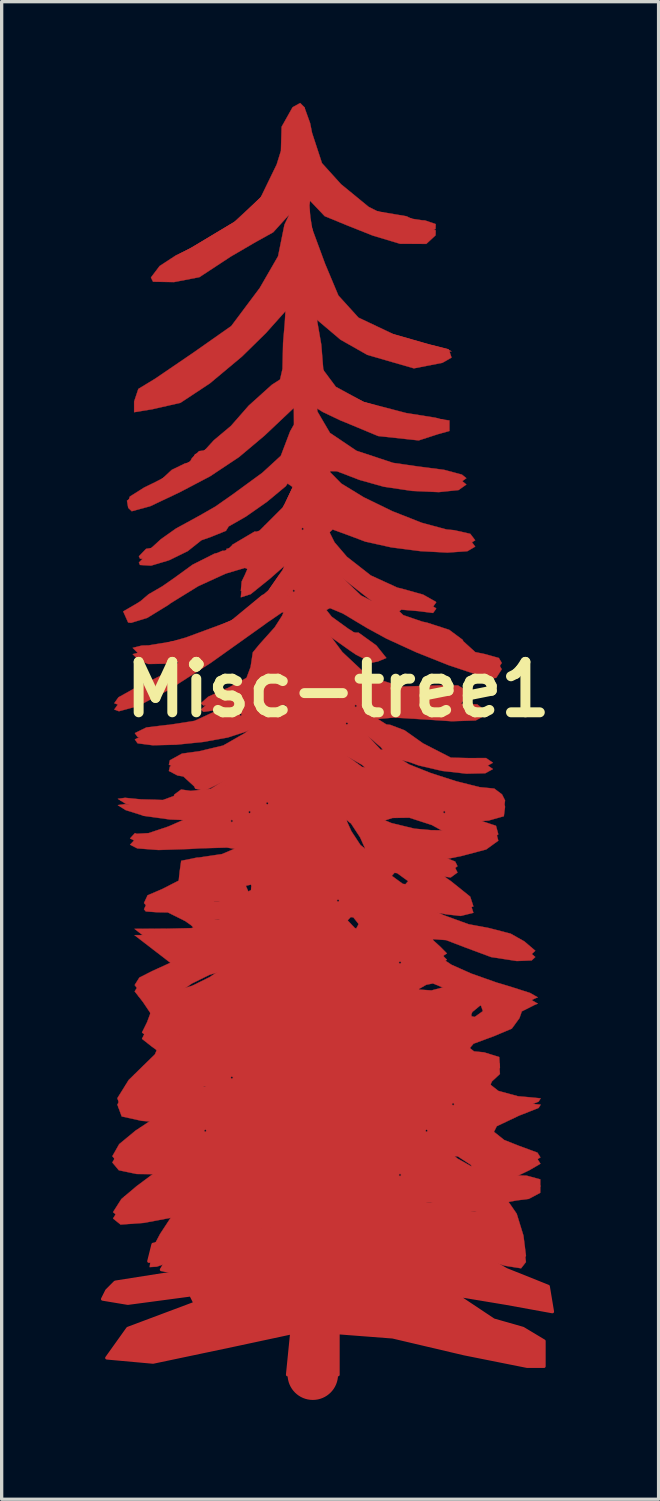
<source format=kicad_pcb>
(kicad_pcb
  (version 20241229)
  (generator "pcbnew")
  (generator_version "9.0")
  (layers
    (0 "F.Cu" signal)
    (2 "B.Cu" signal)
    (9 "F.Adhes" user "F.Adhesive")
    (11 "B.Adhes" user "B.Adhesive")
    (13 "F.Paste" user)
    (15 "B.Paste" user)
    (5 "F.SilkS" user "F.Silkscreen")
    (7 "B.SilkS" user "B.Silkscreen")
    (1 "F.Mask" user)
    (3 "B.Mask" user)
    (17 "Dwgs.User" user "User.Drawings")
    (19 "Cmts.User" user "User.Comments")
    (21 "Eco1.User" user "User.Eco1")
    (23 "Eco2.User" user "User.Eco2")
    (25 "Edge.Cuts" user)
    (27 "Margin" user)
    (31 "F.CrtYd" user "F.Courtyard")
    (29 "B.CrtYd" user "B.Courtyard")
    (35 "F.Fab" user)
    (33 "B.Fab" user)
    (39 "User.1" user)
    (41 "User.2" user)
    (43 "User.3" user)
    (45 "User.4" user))
  (footprint "Misc-tree1"
    (layer "F.Cu")
    (at 6.273 34.671)
    (property "Reference" "Misc-tree1" (at 0.889 -16.891 0) (layer "F.SilkS") (effects (font (size 1.524 1.524) (thickness 0.3))))
    (attr through_hole)
    (fp_poly (pts (xy -2.032 -0.635) (xy -3.048 0.889) (xy -4.445 0.635) (xy -4.064 0) (xy -2.159 -0.635)) (stroke (width 0.1) (type solid)) (fill yes) (layer "F.Cu"))
    (fp_poly (pts (xy -1.27 -0.762) (xy -2.413 -0.635) (xy -4.699 -0.127) (xy -4.826 0.381) (xy -4.589 0.356) (xy -2.159 -0.635) (xy -2.413 -0.127) (xy -3.429 0.635) (xy -5.842 1.016) (xy -6.096 1.27) (xy -6.223 1.524) (xy -5.461 1.651) (xy -3.556 1.397) (xy -3.429 1.651) (xy -5.461 2.413) (xy -6.096 3.302) (xy -4.699 3.429) (xy -2.286 2.921) (xy -0.508 2.54) (xy -0.635 3.81) (xy 0.889 3.81) (xy 0.889 2.54) (xy 2.54 2.667) (xy 4.699 3.175) (xy 6.604 3.556) (xy 7.112 3.556) (xy 7.112 2.794) (xy 6.477 2.413) (xy 5.588 2.159) (xy 4.445 1.397) (xy 5.969 1.651) (xy 7.366 1.905) (xy 7.239 1.143) (xy 5.969 0.635) (xy 5.08 0.127) (xy 0 -1.524)) (stroke (width 0.1) (type solid)) (fill yes) (layer "F.Cu"))
    (fp_poly (pts (xy -0.137 -34.486) (xy -0.048 -34.037) (xy -0.046 -33.936) (xy 0.198 -32.945) (xy 0.835 -32.058) (xy 1.726 -31.447) (xy 2.011 -31.347) (xy 2.799 -31.161) (xy 3.433 -31.066) (xy 3.512 -31.063) (xy 3.84 -30.951) (xy 3.835 -30.803) (xy 3.449 -30.636) (xy 2.766 -30.704) (xy 1.939 -30.952) (xy 1.122 -31.328) (xy 0.468 -31.778) (xy 0.217 -32.064) (xy 0.053 -32.231) (xy -0.002 -32) (xy 0.039 -31.312) (xy 0.055 -31.143) (xy 0.272 -29.801) (xy 0.675 -28.841) (xy 1.357 -28.16) (xy 2.408 -27.661) (xy 3.563 -27.328) (xy 4.158 -27.177) (xy 4.318 -27.108) (xy 4.01 -27.106) (xy 3.211 -27.154) (xy 1.835 -27.406) (xy 1.006 -27.824) (xy 0.221 -28.404) (xy 0.221 -27.479) (xy 0.361 -26.656) (xy 0.823 -26.035) (xy 1.665 -25.577) (xy 2.947 -25.243) (xy 3.83 -25.102) (xy 4.078 -25.036) (xy 3.82 -24.983) (xy 3.215 -24.952) (xy 2.082 -25.021) (xy 1.139 -25.262) (xy 0.986 -25.332) (xy 0.446 -25.59) (xy 0.247 -25.58) (xy 0.264 -25.295) (xy 0.264 -25.293) (xy 0.646 -24.642) (xy 1.447 -24.103) (xy 2.551 -23.738) (xy 3.284 -23.632) (xy 4.093 -23.527) (xy 4.631 -23.383) (xy 4.766 -23.275) (xy 4.531 -23.106) (xy 3.932 -23.044) (xy 3.126 -23.081) (xy 2.271 -23.207) (xy 1.526 -23.417) (xy 1.465 -23.442) (xy 0.856 -23.675) (xy 0.622 -23.68) (xy 0.652 -23.458) (xy 0.656 -23.45) (xy 0.988 -23.113) (xy 1.668 -22.697) (xy 2.533 -22.276) (xy 3.42 -21.927) (xy 4.165 -21.726) (xy 4.397 -21.704) (xy 4.884 -21.594) (xy 5.033 -21.398) (xy 4.797 -21.259) (xy 4.193 -21.218) (xy 3.375 -21.261) (xy 2.497 -21.376) (xy 1.715 -21.548) (xy 1.255 -21.722) (xy 0.727 -21.915) (xy 0.567 -21.769) (xy 0.783 -21.338) (xy 1.156 -20.902) (xy 1.88 -20.336) (xy 2.681 -19.969) (xy 2.81 -19.939) (xy 3.46 -19.757) (xy 3.842 -19.542) (xy 3.855 -19.524) (xy 3.76 -19.394) (xy 3.318 -19.449) (xy 2.801 -19.494) (xy 2.627 -19.356) (xy 2.861 -19.137) (xy 3.438 -18.94) (xy 3.577 -18.911) (xy 4.247 -18.694) (xy 4.651 -18.394) (xy 4.675 -18.347) (xy 5.034 -18.021) (xy 5.329 -17.96) (xy 5.748 -17.843) (xy 5.835 -17.693) (xy 5.667 -17.433) (xy 5.616 -17.426) (xy 5.074 -17.535) (xy 4.232 -17.816) (xy 3.269 -18.199) (xy 2.36 -18.614) (xy 1.763 -18.94) (xy 1.034 -19.377) (xy 0.645 -19.541) (xy 0.5 -19.463) (xy 0.488 -19.355) (xy 0.695 -19.092) (xy 1.203 -18.724) (xy 1.29 -18.671) (xy 1.828 -18.283) (xy 2.088 -17.957) (xy 2.092 -17.927) (xy 1.905 -17.891) (xy 1.437 -18.13) (xy 1.245 -18.26) (xy 0.397 -18.864) (xy 1.019 -18.023) (xy 1.799 -17.292) (xy 2.798 -16.978) (xy 3.897 -17.014) (xy 4.511 -17.015) (xy 4.765 -16.862) (xy 4.592 -16.639) (xy 4.298 -16.519) (xy 4.179 -16.444) (xy 4.526 -16.458) (xy 4.565 -16.462) (xy 5.096 -16.442) (xy 5.301 -16.281) (xy 5.048 -16.147) (xy 4.328 -16.123) (xy 3.553 -16.175) (xy 2.581 -16.232) (xy 2.045 -16.188) (xy 1.964 -16.08) (xy 2.348 -15.836) (xy 2.468 -15.822) (xy 2.9 -15.658) (xy 3.453 -15.266) (xy 4.298 -14.832) (xy 4.831 -14.819) (xy 5.361 -14.82) (xy 5.568 -14.678) (xy 5.338 -14.552) (xy 4.768 -14.538) (xy 4.037 -14.622) (xy 3.325 -14.787) (xy 3.051 -14.888) (xy 2.694 -14.978) (xy 2.712 -14.83) (xy 3.036 -14.627) (xy 3.684 -14.369) (xy 4.46 -14.119) (xy 5.167 -13.941) (xy 5.608 -13.898) (xy 5.609 -13.898) (xy 5.843 -13.722) (xy 5.935 -13.54) (xy 5.898 -13.252) (xy 5.437 -13.122) (xy 5.225 -13.108) (xy 4.671 -13.076) (xy 4.63 -13.036) (xy 5.082 -12.96) (xy 5.116 -12.955) (xy 5.661 -12.773) (xy 5.731 -12.515) (xy 5.366 -12.249) (xy 4.611 -12.049) (xy 4.073 -11.943) (xy 3.942 -11.866) (xy 4.031 -11.849) (xy 4.428 -11.694) (xy 4.498 -11.552) (xy 4.293 -11.403) (xy 4.031 -11.44) (xy 3.904 -11.419) (xy 4.181 -11.182) (xy 4.298 -11.102) (xy 4.882 -10.633) (xy 4.979 -10.336) (xy 4.596 -10.241) (xy 4.164 -10.288) (xy 3.295 -10.437) (xy 4.097 -10.067) (xy 4.835 -9.799) (xy 5.45 -9.684) (xy 6.103 -9.515) (xy 6.519 -9.28) (xy 6.848 -8.999) (xy 6.739 -8.896) (xy 6.29 -8.878) (xy 5.512 -8.999) (xy 4.728 -9.291) (xy 4.154 -9.511) (xy 3.765 -9.538) (xy 3.674 -9.397) (xy 3.971 -9.127) (xy 4.179 -8.917) (xy 4.097 -8.866) (xy 4.011 -8.776) (xy 4.321 -8.573) (xy 4.916 -8.308) (xy 5.686 -8.036) (xy 6.083 -7.918) (xy 6.692 -7.723) (xy 6.924 -7.59) (xy 6.838 -7.557) (xy 6.441 -7.358) (xy 6.37 -7.153) (xy 6.139 -6.836) (xy 5.58 -6.6) (xy 5.568 -6.597) (xy 4.981 -6.381) (xy 4.777 -6.134) (xy 4.995 -5.959) (xy 5.301 -5.929) (xy 5.759 -5.787) (xy 5.78 -5.467) (xy 5.539 -5.243) (xy 5.431 -5.002) (xy 5.733 -4.764) (xy 6.325 -4.603) (xy 6.637 -4.576) (xy 7.01 -4.54) (xy 6.949 -4.441) (xy 6.417 -4.231) (xy 6.37 -4.214) (xy 5.684 -3.887) (xy 5.531 -3.582) (xy 5.911 -3.28) (xy 6.36 -3.103) (xy 6.914 -2.899) (xy 7.004 -2.755) (xy 6.672 -2.56) (xy 6.587 -2.519) (xy 5.969 -2.222) (xy 6.586 -2.204) (xy 6.999 -2.092) (xy 6.998 -1.878) (xy 6.653 -1.692) (xy 6.287 -1.647) (xy 5.93 -1.581) (xy 6.021 -1.439) (xy 6.287 -1.053) (xy 6.489 -0.398) (xy 6.494 -0.368) (xy 6.566 0.215) (xy 6.419 0.404) (xy 5.942 0.329) (xy 5.907 0.321) (xy 5.213 0.125) (xy 4.221 -0.186) (xy 3.12 -0.549) (xy 2.097 -0.903) (xy 1.342 -1.185) (xy 1.198 -1.245) (xy 1.001 -1.295) (xy 4.855 -1.295) (xy 4.892 -1.136) (xy 5.033 -1.116) (xy 5.253 -1.214) (xy 5.211 -1.295) (xy 4.894 -1.327) (xy 4.855 -1.295) (xy 1.001 -1.295) (xy 0.886 -1.323) (xy 0.769 -1.11) (xy 0.791 -0.49) (xy 0.797 -0.419) (xy 0.814 0.272) (xy 0.658 0.596) (xy 0.343 0.7) (xy -0.188 0.682) (xy -0.392 0.588) (xy -0.542 0.196) (xy -0.582 -0.225) (xy -0.736 -0.695) (xy -1.219 -0.837) (xy -2.063 -0.652) (xy -3.227 -0.172) (xy -4.014 0.165) (xy -4.589 0.356) (xy -4.801 0.368) (xy -4.763 0.08) (xy -4.491 -0.435) (xy -4.479 -0.455) (xy -4.025 -1.147) (xy -4.977 -0.968) (xy -5.68 -0.917) (xy -5.908 -1.101) (xy -5.657 -1.496) (xy -5.58 -1.562) (xy 3.518 -1.562) (xy 3.555 -1.403) (xy 3.696 -1.384) (xy 3.916 -1.481) (xy 3.875 -1.562) (xy 3.557 -1.594) (xy 3.518 -1.562) (xy -5.58 -1.562) (xy -5.194 -1.888) (xy -4.615 -2.319) (xy 2.627 -2.319) (xy 2.761 -2.186) (xy 2.894 -2.319) (xy 2.761 -2.453) (xy 2.627 -2.319) (xy -4.615 -2.319) (xy -4.458 -2.436) (xy -5.194 -2.445) (xy -5.733 -2.558) (xy -5.929 -2.792) (xy -5.879 -2.879) (xy 4.31 -2.879) (xy 4.498 -2.72) (xy 4.925 -2.48) (xy 4.982 -2.571) (xy 4.9 -2.72) (xy 4.509 -2.975) (xy 4.416 -2.984) (xy 4.31 -2.879) (xy -5.879 -2.879) (xy -5.722 -3.156) (xy -5.22 -3.571) (xy -5.194 -3.587) (xy -5.089 -3.656) (xy -3.255 -3.656) (xy -3.122 -3.523) (xy -2.988 -3.656) (xy 3.429 -3.656) (xy 3.563 -3.523) (xy 3.696 -3.656) (xy 3.563 -3.79) (xy 3.429 -3.656) (xy -2.988 -3.656) (xy -3.122 -3.79) (xy -3.255 -3.656) (xy -5.089 -3.656) (xy -4.726 -3.897) (xy -4.692 -4.023) (xy -5.044 -4.05) (xy -5.646 -4.184) (xy -5.747 -4.458) (xy 4.231 -4.458) (xy 4.365 -4.325) (xy 4.498 -4.458) (xy 4.365 -4.592) (xy 4.231 -4.458) (xy -5.747 -4.458) (xy -5.778 -4.543) (xy -5.541 -4.923) (xy -3.407 -4.923) (xy -3.144 -4.881) (xy -2.797 -4.93) (xy -2.793 -5.021) (xy -3.151 -5.085) (xy -3.305 -5.042) (xy -3.407 -4.923) (xy -5.541 -4.923) (xy -5.436 -5.093) (xy -5.265 -5.26) (xy -2.453 -5.26) (xy -2.319 -5.127) (xy -2.186 -5.26) (xy -2.319 -5.394) (xy -2.453 -5.26) (xy -5.265 -5.26) (xy -5.143 -5.38) (xy -5.007 -5.513) (xy 3.484 -5.513) (xy 3.806 -5.469) (xy 4.097 -5.462) (xy 4.648 -5.483) (xy 4.79 -5.544) (xy 4.702 -5.578) (xy 4.06 -5.628) (xy 3.633 -5.583) (xy 3.484 -5.513) (xy -5.007 -5.513) (xy -4.644 -5.867) (xy -4.526 -6.139) (xy -4.745 -6.3) (xy -5.033 -6.528) (xy -5.026 -6.543) (xy -4.425 -6.543) (xy -4.057 -6.506) (xy -3.678 -6.548) (xy -3.723 -6.641) (xy -4.271 -6.676) (xy -4.392 -6.641) (xy -4.425 -6.543) (xy -5.026 -6.543) (xy -4.88 -6.84) (xy -4.732 -7.235) (xy -4.752 -7.266) (xy 4.9 -7.266) (xy 4.921 -7.019) (xy 5.017 -6.998) (xy 5.29 -7.192) (xy 5.301 -7.266) (xy 5.209 -7.526) (xy 5.183 -7.533) (xy 4.954 -7.346) (xy 4.9 -7.266) (xy -4.752 -7.266) (xy -5.001 -7.636) (xy -5.143 -7.82) (xy -3.931 -7.82) (xy -3.924 -7.819) (xy -3.513 -7.942) (xy -3.493 -7.952) (xy 3.19 -7.952) (xy 3.346 -7.825) (xy 3.712 -7.8) (xy 4.085 -7.899) (xy 4.105 -8.056) (xy 3.757 -8.202) (xy 3.554 -8.161) (xy 3.19 -7.952) (xy -3.493 -7.952) (xy -2.988 -8.202) (xy -2.598 -8.468) (xy -2.579 -8.583) (xy -2.587 -8.584) (xy -2.997 -8.461) (xy -3.523 -8.202) (xy -3.912 -7.935) (xy -3.931 -7.82) (xy -5.143 -7.82) (xy -5.254 -7.962) (xy -5.112 -8.188) (xy -4.724 -8.385) (xy -4.02 -8.706) (xy -4.06 -8.736) (xy 2.627 -8.736) (xy 2.761 -8.603) (xy 2.894 -8.736) (xy 2.761 -8.87) (xy 2.627 -8.736) (xy -4.06 -8.736) (xy -4.64 -9.183) (xy -5.26 -9.66) (xy -4.198 -9.666) (xy -3.537 -9.682) (xy -3.344 -9.761) (xy -3.552 -9.962) (xy -3.731 -10.089) (xy -3.79 -10.118) (xy -2.899 -10.118) (xy -2.862 -9.959) (xy -2.72 -9.939) (xy -2.5 -10.037) (xy -2.503 -10.043) (xy 1.115 -10.043) (xy 1.156 -9.939) (xy 1.397 -9.684) (xy 1.44 -9.672) (xy 1.554 -9.879) (xy 1.557 -9.939) (xy 1.352 -10.197) (xy 1.274 -10.207) (xy 1.115 -10.043) (xy -2.503 -10.043) (xy -2.542 -10.118) (xy -2.86 -10.15) (xy -2.899 -10.118) (xy -3.79 -10.118) (xy -4.252 -10.346) (xy -4.574 -10.352) (xy -4.918 -10.377) (xy -4.973 -10.441) (xy -4.874 -10.652) (xy -2.899 -10.652) (xy -2.862 -10.493) (xy -2.72 -10.474) (xy -2.5 -10.572) (xy -2.519 -10.608) (xy 0.755 -10.608) (xy 0.889 -10.474) (xy 1.023 -10.608) (xy 0.889 -10.742) (xy 0.755 -10.608) (xy -2.519 -10.608) (xy -2.542 -10.652) (xy -2.86 -10.684) (xy -2.899 -10.652) (xy -4.874 -10.652) (xy -4.864 -10.673) (xy -4.432 -10.858) (xy -4.136 -11.009) (xy -1.918 -11.009) (xy -1.821 -10.789) (xy -1.74 -10.831) (xy -1.708 -11.148) (xy -1.74 -11.187) (xy -1.899 -11.15) (xy -1.918 -11.009) (xy -4.136 -11.009) (xy -3.924 -11.117) (xy -3.896 -11.379) (xy 2.45 -11.379) (xy 2.493 -11.276) (xy 2.847 -11.019) (xy 2.926 -11.009) (xy 3.071 -11.174) (xy 3.028 -11.276) (xy 2.674 -11.534) (xy 2.595 -11.544) (xy 2.45 -11.379) (xy -3.896 -11.379) (xy -3.891 -11.421) (xy -3.849 -11.716) (xy -3.365 -11.814) (xy -3.314 -11.815) (xy -2.615 -11.919) (xy -2.186 -12.103) (xy -2.113 -12.248) (xy -2.466 -12.306) (xy -3.29 -12.282) (xy -3.589 -12.263) (xy -4.536 -12.233) (xy -5.176 -12.282) (xy -5.394 -12.392) (xy -5.245 -12.553) (xy -5.194 -12.532) (xy -4.834 -12.552) (xy -4.234 -12.753) (xy -4.191 -12.772) (xy -3.639 -13.014) (xy -2.453 -13.014) (xy -2.319 -12.88) (xy -2.186 -13.014) (xy -2.319 -13.148) (xy -2.453 -13.014) (xy -3.639 -13.014) (xy -3.389 -13.124) (xy -4.191 -13.155) (xy -4.97 -13.263) (xy -5.029 -13.282) (xy -1.918 -13.282) (xy -1.785 -13.148) (xy 1.138 -13.148) (xy 1.139 -12.951) (xy 1.29 -12.613) (xy 1.566 -12.193) (xy 1.71 -12.078) (xy 1.708 -12.275) (xy 1.557 -12.613) (xy 1.281 -13.033) (xy 1.229 -13.075) (xy 2.147 -13.075) (xy 2.27 -12.951) (xy 2.508 -12.854) (xy 3.199 -12.687) (xy 3.696 -12.641) (xy 4.365 -12.632) (xy 3.723 -12.988) (xy 3.041 -13.208) (xy 2.534 -13.201) (xy 2.147 -13.075) (xy 1.229 -13.075) (xy 1.138 -13.148) (xy -1.785 -13.148) (xy -1.651 -13.282) (xy 3.964 -13.282) (xy 4.097 -13.148) (xy 4.231 -13.282) (xy 4.097 -13.415) (xy 3.964 -13.282) (xy -1.651 -13.282) (xy -1.785 -13.415) (xy -1.918 -13.282) (xy -5.029 -13.282) (xy -5.528 -13.439) (xy -5.701 -13.549) (xy -1.384 -13.549) (xy -1.25 -13.415) (xy -1.116 -13.549) (xy -1.25 -13.683) (xy -1.384 -13.549) (xy -5.701 -13.549) (xy -5.763 -13.588) (xy -5.544 -13.619) (xy -5.06 -13.571) (xy -4.398 -13.553) (xy -4.069 -13.675) (xy -4.057 -13.717) (xy -3.851 -13.869) (xy -3.56 -13.828) (xy -2.958 -13.889) (xy -2.424 -14.227) (xy -1.785 -14.784) (xy -2.566 -14.306) (xy -3.145 -14.02) (xy -3.423 -14.083) (xy -3.458 -14.156) (xy -3.784 -14.453) (xy -3.962 -14.485) (xy -4.221 -14.62) (xy -4.191 -14.752) (xy -3.826 -14.954) (xy -3.306 -15.025) (xy -2.579 -15.199) (xy -2.554 -15.213) (xy 0.813 -15.213) (xy 0.859 -15.13) (xy 1.141 -14.9) (xy 1.618 -14.55) (xy 1.806 -14.519) (xy 1.825 -14.609) (xy 1.615 -14.805) (xy 1.223 -15.025) (xy 0.813 -15.213) (xy -2.554 -15.213) (xy -1.918 -15.578) (xy -1.629 -15.819) (xy 1.575 -15.819) (xy 1.641 -15.681) (xy 1.791 -15.487) (xy 2.181 -15.072) (xy 2.355 -15.073) (xy 2.36 -15.12) (xy 2.177 -15.344) (xy 1.892 -15.588) (xy 1.575 -15.819) (xy -1.629 -15.819) (xy -1.483 -15.942) (xy -1.478 -15.955) (xy 1.023 -15.955) (xy 1.156 -15.822) (xy 1.29 -15.955) (xy 1.156 -16.089) (xy 1.023 -15.955) (xy -1.478 -15.955) (xy -1.456 -16.013) (xy -1.83 -15.839) (xy -1.886 -15.812) (xy -2.439 -15.632) (xy -3.194 -15.495) (xy -4 -15.413) (xy -4.707 -15.397) (xy -5.166 -15.455) (xy -5.249 -15.573) (xy -4.9 -15.745) (xy -4.265 -15.821) (xy -4.226 -15.822) (xy -3.444 -15.944) (xy -2.84 -16.223) (xy -2.186 -16.223) (xy -2.052 -16.089) (xy -1.918 -16.223) (xy -2.052 -16.356) (xy -2.186 -16.223) (xy -2.84 -16.223) (xy -2.838 -16.223) (xy -2.524 -16.49) (xy -0.849 -16.49) (xy -0.715 -16.356) (xy -0.582 -16.49) (xy 1.29 -16.49) (xy 1.424 -16.356) (xy 1.557 -16.49) (xy 1.424 -16.624) (xy 1.29 -16.49) (xy -0.582 -16.49) (xy -0.715 -16.624) (xy -0.849 -16.49) (xy -2.524 -16.49) (xy -2.517 -16.496) (xy -2.624 -16.515) (xy -2.787 -16.462) (xy -3.174 -16.405) (xy -3.255 -16.475) (xy -3.031 -16.674) (xy -2.846 -16.757) (xy 0.755 -16.757) (xy 0.889 -16.624) (xy 1.023 -16.757) (xy 0.889 -16.891) (xy 0.755 -16.757) (xy -2.846 -16.757) (xy -2.487 -16.919) (xy -2.437 -16.937) (xy -1.875 -17.242) (xy -1.752 -17.572) (xy -1.685 -18.012) (xy -1.487 -18.253) (xy -1.025 -18.769) (xy -0.803 -19.115) (xy -0.672 -19.413) (xy -0.803 -19.41) (xy -1.267 -19.092) (xy -1.388 -19.003) (xy -2.96 -17.883) (xy -4.225 -17.07) (xy -5.156 -16.579) (xy -5.729 -16.425) (xy -5.871 -16.476) (xy -5.744 -16.655) (xy -5.255 -16.928) (xy -5.052 -17.017) (xy -4.434 -17.327) (xy -3.998 -17.634) (xy -3.821 -17.857) (xy -3.981 -17.92) (xy -4.224 -17.862) (xy -4.844 -17.851) (xy -5.127 -17.962) (xy -5.315 -18.149) (xy -5.037 -18.219) (xy -4.832 -18.224) (xy -3.493 -18.445) (xy -2.231 -19.03) (xy -1.216 -19.883) (xy -1.159 -19.966) (xy -0.582 -19.966) (xy -0.448 -19.832) (xy -0.314 -19.966) (xy -0.448 -20.099) (xy -0.582 -19.966) (xy -1.159 -19.966) (xy -0.788 -20.5) (xy -0.666 -20.768) (xy 0.622 -20.768) (xy 1.131 -20.166) (xy 1.582 -19.733) (xy 1.911 -19.565) (xy 2.09 -19.614) (xy 2.07 -19.634) (xy 1.803 -19.833) (xy 1.312 -20.218) (xy 1.29 -20.236) (xy 0.622 -20.768) (xy -0.666 -20.768) (xy -0.642 -20.821) (xy -0.759 -20.79) (xy -1.164 -20.434) (xy -1.75 -19.961) (xy -2.047 -19.867) (xy -2.022 -20.153) (xy -1.925 -20.354) (xy -1.78 -20.688) (xy -1.925 -20.756) (xy -2.463 -20.595) (xy -2.518 -20.577) (xy -3.335 -20.203) (xy -4.17 -19.687) (xy -4.249 -19.629) (xy -4.874 -19.246) (xy -5.365 -19.094) (xy -5.452 -19.107) (xy -5.505 -19.275) (xy -5.099 -19.511) (xy -5.086 -19.516) (xy -4.505 -19.818) (xy -4.202 -20.082) (xy -3.88 -20.342) (xy -3.225 -20.724) (xy -2.567 -21.056) (xy -2.149 -21.303) (xy -0.582 -21.303) (xy -0.448 -21.169) (xy -0.314 -21.303) (xy -0.448 -21.436) (xy -0.582 -21.303) (xy -2.149 -21.303) (xy -1.471 -21.702) (xy -1.335 -21.837) (xy -0.314 -21.837) (xy -0.18 -21.704) (xy -0.047 -21.837) (xy -0.18 -21.971) (xy -0.314 -21.837) (xy -1.335 -21.837) (xy -0.786 -22.386) (xy -0.711 -22.514) (xy -0.395 -23.184) (xy -0.38 -23.433) (xy -0.69 -23.274) (xy -1.259 -22.801) (xy -1.896 -22.305) (xy -2.415 -22.008) (xy -2.563 -21.971) (xy -3.029 -21.783) (xy -3.238 -21.591) (xy -3.652 -21.262) (xy -4.22 -20.984) (xy -4.76 -20.823) (xy -5.093 -20.843) (xy -5.127 -20.915) (xy -4.91 -21.14) (xy -4.726 -21.169) (xy -4.25 -21.346) (xy -3.797 -21.697) (xy -3.141 -22.167) (xy -2.596 -22.394) (xy -1.889 -22.765) (xy -1.175 -23.434) (xy -0.604 -24.226) (xy -0.323 -24.965) (xy -0.314 -25.086) (xy -0.314 -25.776) (xy -1.374 -24.819) (xy -2.137 -24.213) (xy -3.049 -23.611) (xy -3.976 -23.085) (xy -4.785 -22.709) (xy -5.343 -22.557) (xy -5.449 -22.569) (xy -5.402 -22.718) (xy -4.969 -22.992) (xy -4.626 -23.159) (xy -3.964 -23.503) (xy -3.571 -23.795) (xy -3.523 -23.883) (xy -3.31 -24.092) (xy -3.175 -24.11) (xy -2.732 -24.306) (xy -2.116 -24.802) (xy -1.461 -25.46) (xy -0.901 -26.142) (xy -0.568 -26.71) (xy -0.532 -26.841) (xy -0.5 -27.597) (xy -0.54 -28.166) (xy -0.636 -28.879) (xy -1.478 -27.918) (xy -2.202 -27.207) (xy -3.079 -26.511) (xy -3.966 -25.926) (xy -4.72 -25.548) (xy -5.112 -25.459) (xy -5.149 -25.571) (xy -4.788 -25.846) (xy -4.413 -26.06) (xy -3.264 -26.843) (xy -2.211 -27.873) (xy -1.349 -29.025) (xy -0.774 -30.172) (xy -0.582 -31.126) (xy -0.582 -31.689) (xy -1.186 -31.121) (xy -1.716 -30.728) (xy -2.456 -30.3) (xy -3.254 -29.909) (xy -3.96 -29.627) (xy -4.423 -29.524) (xy -4.506 -29.55) (xy -4.373 -29.736) (xy -3.88 -30.057) (xy -3.482 -30.27) (xy -2.138 -31.077) (xy -1.261 -31.944) (xy -0.785 -32.944) (xy -0.695 -33.374) (xy -0.524 -34.1) (xy -0.317 -34.49) (xy -0.137 -34.486)) (stroke (width 0.01) (type solid)) (fill yes) (layer "F.Cu"))
    (fp_poly (pts (xy -0.127 -34.48) (xy 0.045 -34.002) (xy 0.104 -33.708) (xy 0.404 -32.792) (xy 0.979 -32.156) (xy 1.815 -31.471) (xy 2.083 -31.335) (xy 2.957 -31.188) (xy 3.52 -30.915) (xy 3.512 -30.873) (xy 3.84 -30.76) (xy 3.835 -30.612) (xy 3.556 -30.353) (xy 2.766 -30.356) (xy 1.939 -30.604) (xy 1.165 -30.912) (xy 0.486 -31.191) (xy 0 -31.703) (xy 0.053 -31.686) (xy 0 -31.496) (xy 0.039 -31.121) (xy 0.055 -30.952) (xy 0.497 -29.754) (xy 0.9 -28.793) (xy 1.506 -28.126) (xy 2.558 -27.627) (xy 3.639 -27.317) (xy 4.235 -27.166) (xy 4.318 -26.918) (xy 4.042 -26.761) (xy 3.181 -26.593) (xy 1.772 -27.001) (xy 0.964 -27.459) (xy 0.252 -28.062) (xy 0.383 -27.31) (xy 0.451 -26.466) (xy 0.833 -25.983) (xy 1.655 -25.579) (xy 2.977 -25.18) (xy 4.255 -25.019) (xy 4.255 -24.701) (xy 3.913 -24.606) (xy 3.326 -24.416) (xy 2.101 -24.548) (xy 1.139 -24.949) (xy 0.969 -25.017) (xy 0.428 -25.275) (xy 0.247 -25.389) (xy 0.264 -25.104) (xy 0.264 -25.103) (xy 0.646 -24.452) (xy 1.447 -23.913) (xy 2.551 -23.548) (xy 3.284 -23.441) (xy 4.093 -23.336) (xy 4.631 -23.193) (xy 4.766 -23.084) (xy 4.531 -22.916) (xy 3.932 -22.854) (xy 3.126 -22.89) (xy 2.271 -23.017) (xy 1.526 -23.226) (xy 1.465 -23.251) (xy 0.856 -23.484) (xy 0.622 -23.489) (xy 0.652 -23.268) (xy 0.656 -23.259) (xy 0.988 -22.923) (xy 1.668 -22.506) (xy 2.533 -22.085) (xy 3.42 -21.736) (xy 4.165 -21.535) (xy 4.397 -21.513) (xy 4.884 -21.404) (xy 5.033 -21.208) (xy 4.797 -21.069) (xy 4.193 -21.027) (xy 3.375 -21.071) (xy 2.497 -21.185) (xy 1.715 -21.358) (xy 1.255 -21.532) (xy 0.727 -21.725) (xy 0.567 -21.578) (xy 0.783 -21.148) (xy 1.156 -20.712) (xy 1.88 -20.146) (xy 2.681 -19.779) (xy 2.81 -19.748) (xy 3.46 -19.567) (xy 3.842 -19.351) (xy 3.855 -19.333) (xy 3.76 -19.203) (xy 3.318 -19.259) (xy 2.801 -19.303) (xy 2.627 -19.166) (xy 2.861 -18.947) (xy 3.438 -18.75) (xy 3.577 -18.721) (xy 4.247 -18.504) (xy 4.651 -18.203) (xy 4.675 -18.156) (xy 5.034 -17.831) (xy 5.329 -17.77) (xy 5.748 -17.652) (xy 5.835 -17.503) (xy 5.667 -17.243) (xy 5.616 -17.235) (xy 5.074 -17.344) (xy 4.232 -17.625) (xy 3.269 -18.008) (xy 2.36 -18.424) (xy 1.763 -18.75) (xy 1.034 -19.187) (xy 0.645 -19.35) (xy 0.5 -19.273) (xy 0.488 -19.164) (xy 0.762 -18.98) (xy 1.27 -18.612) (xy 1.509 -18.609) (xy 2.047 -18.221) (xy 2.349 -17.843) (xy 2.092 -17.737) (xy 1.905 -17.701) (xy 1.437 -17.94) (xy 1.245 -18.07) (xy 0.397 -18.673) (xy 1.019 -17.833) (xy 1.799 -17.101) (xy 2.798 -16.787) (xy 3.897 -16.824) (xy 4.511 -16.824) (xy 4.765 -16.671) (xy 4.592 -16.448) (xy 4.298 -16.329) (xy 4.179 -16.254) (xy 4.526 -16.267) (xy 4.565 -16.272) (xy 5.096 -16.252) (xy 5.301 -16.09) (xy 5.048 -15.956) (xy 4.328 -15.932) (xy 3.553 -15.984) (xy 2.581 -16.042) (xy 2.045 -15.998) (xy 1.964 -15.889) (xy 2.348 -15.645) (xy 2.468 -15.631) (xy 2.9 -15.468) (xy 3.453 -15.075) (xy 4.298 -14.642) (xy 4.831 -14.628) (xy 5.361 -14.629) (xy 5.568 -14.487) (xy 5.338 -14.361) (xy 4.768 -14.348) (xy 4.037 -14.431) (xy 3.325 -14.597) (xy 3.051 -14.697) (xy 2.694 -14.787) (xy 2.712 -14.64) (xy 3.036 -14.436) (xy 3.684 -14.178) (xy 4.46 -13.928) (xy 5.167 -13.75) (xy 5.608 -13.707) (xy 5.609 -13.708) (xy 5.843 -13.531) (xy 5.935 -13.35) (xy 5.898 -13.062) (xy 5.437 -12.932) (xy 5.225 -12.917) (xy 4.671 -12.885) (xy 4.63 -12.846) (xy 5.082 -12.769) (xy 5.116 -12.764) (xy 5.661 -12.583) (xy 5.731 -12.324) (xy 5.366 -12.059) (xy 4.611 -11.859) (xy 4.073 -11.753) (xy 3.942 -11.675) (xy 4.031 -11.658) (xy 4.428 -11.503) (xy 4.498 -11.362) (xy 4.293 -11.212) (xy 4.031 -11.25) (xy 3.904 -11.229) (xy 4.181 -10.991) (xy 4.298 -10.912) (xy 4.882 -10.442) (xy 4.979 -10.145) (xy 4.596 -10.05) (xy 4.164 -10.098) (xy 3.295 -10.246) (xy 4.097 -9.876) (xy 4.835 -9.608) (xy 5.45 -9.494) (xy 6.103 -9.324) (xy 6.519 -9.089) (xy 6.848 -8.809) (xy 6.739 -8.706) (xy 6.29 -8.688) (xy 5.512 -8.808) (xy 4.728 -9.1) (xy 4.154 -9.32) (xy 3.765 -9.348) (xy 3.674 -9.206) (xy 3.971 -8.936) (xy 4.179 -8.726) (xy 4.097 -8.675) (xy 4.011 -8.586) (xy 4.321 -8.382) (xy 4.916 -8.118) (xy 5.686 -7.845) (xy 6.083 -7.728) (xy 6.692 -7.533) (xy 6.924 -7.4) (xy 6.838 -7.367) (xy 6.441 -7.167) (xy 6.37 -6.963) (xy 6.139 -6.646) (xy 5.58 -6.41) (xy 5.568 -6.407) (xy 4.981 -6.19) (xy 4.777 -5.944) (xy 4.995 -5.768) (xy 5.301 -5.738) (xy 5.759 -5.596) (xy 5.78 -5.276) (xy 5.539 -5.052) (xy 5.431 -4.811) (xy 5.733 -4.574) (xy 6.325 -4.413) (xy 6.637 -4.385) (xy 7.01 -4.349) (xy 6.949 -4.25) (xy 6.417 -4.04) (xy 6.37 -4.023) (xy 5.684 -3.697) (xy 5.531 -3.392) (xy 5.911 -3.089) (xy 6.36 -2.912) (xy 6.914 -2.708) (xy 7.004 -2.564) (xy 6.672 -2.37) (xy 6.587 -2.329) (xy 5.969 -2.031) (xy 6.586 -2.013) (xy 6.999 -1.901) (xy 6.998 -1.687) (xy 6.653 -1.502) (xy 6.287 -1.456) (xy 5.93 -1.391) (xy 6.021 -1.249) (xy 6.287 -0.863) (xy 6.489 -0.208) (xy 6.494 -0.177) (xy 6.566 0.406) (xy 6.419 0.595) (xy 5.942 0.52) (xy 5.907 0.511) (xy 5.213 0.316) (xy 4.221 0.005) (xy 3.12 -0.359) (xy 2.097 -0.713) (xy 1.342 -0.994) (xy 1.198 -1.054) (xy 1.001 -1.104) (xy 4.855 -1.104) (xy 4.892 -0.945) (xy 5.033 -0.926) (xy 5.253 -1.024) (xy 5.211 -1.104) (xy 4.894 -1.136) (xy 4.855 -1.104) (xy 1.001 -1.104) (xy 0.886 -1.133) (xy 0.769 -0.919) (xy 0.791 -0.3) (xy 0.797 -0.229) (xy 0.814 0.463) (xy 0.658 0.787) (xy 0.343 0.89) (xy -0.188 0.872) (xy -0.392 0.779) (xy -0.542 0.386) (xy -0.582 -0.035) (xy -0.736 -0.504) (xy -1.219 -0.647) (xy -2.063 -0.462) (xy -3.227 0.018) (xy -4.014 0.355) (xy -4.589 0.546) (xy -4.801 0.559) (xy -4.763 0.271) (xy -4.491 -0.245) (xy -4.479 -0.264) (xy -4.025 -0.956) (xy -4.977 -0.777) (xy -5.68 -0.726) (xy -5.908 -0.91) (xy -5.657 -1.306) (xy -5.58 -1.371) (xy 3.518 -1.371) (xy 3.555 -1.212) (xy 3.696 -1.193) (xy 3.916 -1.291) (xy 3.875 -1.371) (xy 3.557 -1.403) (xy 3.518 -1.371) (xy -5.58 -1.371) (xy -5.194 -1.697) (xy -4.615 -2.129) (xy 2.627 -2.129) (xy 2.761 -1.995) (xy 2.894 -2.129) (xy 2.761 -2.263) (xy 2.627 -2.129) (xy -4.615 -2.129) (xy -4.458 -2.246) (xy -5.194 -2.254) (xy -5.733 -2.367) (xy -5.929 -2.602) (xy -5.879 -2.689) (xy 4.31 -2.689) (xy 4.498 -2.53) (xy 4.925 -2.289) (xy 4.982 -2.38) (xy 4.9 -2.53) (xy 4.509 -2.784) (xy 4.416 -2.793) (xy 4.31 -2.689) (xy -5.879 -2.689) (xy -5.722 -2.966) (xy -5.22 -3.38) (xy -5.194 -3.397) (xy -5.089 -3.466) (xy -3.255 -3.466) (xy -3.122 -3.332) (xy -2.988 -3.466) (xy 3.429 -3.466) (xy 3.563 -3.332) (xy 3.696 -3.466) (xy 3.563 -3.599) (xy 3.429 -3.466) (xy -2.988 -3.466) (xy -3.122 -3.599) (xy -3.255 -3.466) (xy -5.089 -3.466) (xy -4.726 -3.707) (xy -4.692 -3.833) (xy -5.044 -3.86) (xy -5.646 -3.993) (xy -5.747 -4.268) (xy 4.231 -4.268) (xy 4.365 -4.134) (xy 4.498 -4.268) (xy 4.365 -4.402) (xy 4.231 -4.268) (xy -5.747 -4.268) (xy -5.778 -4.352) (xy -5.541 -4.733) (xy -3.407 -4.733) (xy -3.144 -4.69) (xy -2.797 -4.739) (xy -2.793 -4.83) (xy -3.151 -4.894) (xy -3.305 -4.852) (xy -3.407 -4.733) (xy -5.541 -4.733) (xy -5.436 -4.902) (xy -5.265 -5.07) (xy -2.453 -5.07) (xy -2.319 -4.936) (xy -2.186 -5.07) (xy -2.319 -5.204) (xy -2.453 -5.07) (xy -5.265 -5.07) (xy -5.143 -5.189) (xy -5.007 -5.322) (xy 3.484 -5.322) (xy 3.806 -5.278) (xy 4.097 -5.271) (xy 4.648 -5.293) (xy 4.79 -5.353) (xy 4.702 -5.387) (xy 4.06 -5.437) (xy 3.633 -5.393) (xy 3.484 -5.322) (xy -5.007 -5.322) (xy -4.644 -5.676) (xy -4.526 -5.948) (xy -4.745 -6.11) (xy -5.033 -6.337) (xy -5.026 -6.353) (xy -4.425 -6.353) (xy -4.057 -6.315) (xy -3.678 -6.357) (xy -3.723 -6.45) (xy -4.271 -6.486) (xy -4.392 -6.45) (xy -4.425 -6.353) (xy -5.026 -6.353) (xy -4.88 -6.649) (xy -4.732 -7.044) (xy -4.752 -7.075) (xy 4.9 -7.075) (xy 4.921 -6.829) (xy 5.017 -6.808) (xy 5.29 -7.002) (xy 5.301 -7.075) (xy 5.209 -7.336) (xy 5.183 -7.343) (xy 4.954 -7.155) (xy 4.9 -7.075) (xy -4.752 -7.075) (xy -5.001 -7.446) (xy -5.143 -7.629) (xy -3.931 -7.629) (xy -3.924 -7.629) (xy -3.513 -7.752) (xy -3.493 -7.762) (xy 3.19 -7.762) (xy 3.346 -7.635) (xy 3.712 -7.61) (xy 4.085 -7.709) (xy 4.105 -7.866) (xy 3.757 -8.011) (xy 3.554 -7.971) (xy 3.19 -7.762) (xy -3.493 -7.762) (xy -2.988 -8.011) (xy -2.598 -8.277) (xy -2.579 -8.393) (xy -2.587 -8.393) (xy -2.997 -8.27) (xy -3.523 -8.011) (xy -3.912 -7.745) (xy -3.931 -7.629) (xy -5.143 -7.629) (xy -5.254 -7.771) (xy -5.112 -7.997) (xy -4.724 -8.194) (xy -4.02 -8.515) (xy -4.06 -8.546) (xy 2.627 -8.546) (xy 2.761 -8.412) (xy 2.894 -8.546) (xy 2.761 -8.679) (xy 2.627 -8.546) (xy -4.06 -8.546) (xy -4.64 -8.992) (xy -5.26 -9.47) (xy -4.198 -9.476) (xy -3.537 -9.492) (xy -3.344 -9.57) (xy -3.552 -9.771) (xy -3.731 -9.898) (xy -3.79 -9.927) (xy -2.899 -9.927) (xy -2.862 -9.768) (xy -2.72 -9.749) (xy -2.5 -9.847) (xy -2.503 -9.852) (xy 1.115 -9.852) (xy 1.156 -9.749) (xy 1.397 -9.494) (xy 1.44 -9.482) (xy 1.554 -9.688) (xy 1.557 -9.749) (xy 1.352 -10.006) (xy 1.274 -10.016) (xy 1.115 -9.852) (xy -2.503 -9.852) (xy -2.542 -9.927) (xy -2.86 -9.959) (xy -2.899 -9.927) (xy -3.79 -9.927) (xy -4.252 -10.156) (xy -4.574 -10.161) (xy -4.918 -10.186) (xy -4.973 -10.251) (xy -4.874 -10.462) (xy -2.899 -10.462) (xy -2.862 -10.303) (xy -2.72 -10.284) (xy -2.5 -10.381) (xy -2.519 -10.417) (xy 0.755 -10.417) (xy 0.889 -10.284) (xy 1.023 -10.417) (xy 0.889 -10.551) (xy 0.755 -10.417) (xy -2.519 -10.417) (xy -2.542 -10.462) (xy -2.86 -10.494) (xy -2.899 -10.462) (xy -4.874 -10.462) (xy -4.864 -10.482) (xy -4.432 -10.667) (xy -4.136 -10.818) (xy -1.918 -10.818) (xy -1.821 -10.598) (xy -1.74 -10.64) (xy -1.708 -10.957) (xy -1.74 -10.997) (xy -1.899 -10.96) (xy -1.918 -10.818) (xy -4.136 -10.818) (xy -3.924 -10.927) (xy -3.896 -11.188) (xy 2.45 -11.188) (xy 2.493 -11.086) (xy 2.847 -10.828) (xy 2.926 -10.818) (xy 3.071 -10.983) (xy 3.028 -11.086) (xy 2.674 -11.343) (xy 2.595 -11.353) (xy 2.45 -11.188) (xy -3.896 -11.188) (xy -3.891 -11.231) (xy -3.849 -11.526) (xy -3.365 -11.624) (xy -3.314 -11.625) (xy -2.615 -11.729) (xy -2.186 -11.912) (xy -2.113 -12.057) (xy -2.466 -12.115) (xy -3.29 -12.092) (xy -3.589 -12.073) (xy -4.536 -12.042) (xy -5.176 -12.091) (xy -5.394 -12.202) (xy -5.245 -12.362) (xy -5.194 -12.342) (xy -4.834 -12.362) (xy -4.234 -12.563) (xy -4.191 -12.581) (xy -3.639 -12.824) (xy -2.453 -12.824) (xy -2.319 -12.69) (xy -2.186 -12.824) (xy -2.319 -12.957) (xy -2.453 -12.824) (xy -3.639 -12.824) (xy -3.389 -12.933) (xy -4.191 -12.964) (xy -4.97 -13.072) (xy -5.029 -13.091) (xy -1.918 -13.091) (xy -1.785 -12.957) (xy 1.138 -12.957) (xy 1.139 -12.761) (xy 1.29 -12.423) (xy 1.566 -12.002) (xy 1.71 -11.888) (xy 1.708 -12.084) (xy 1.557 -12.423) (xy 1.281 -12.843) (xy 1.229 -12.885) (xy 2.147 -12.885) (xy 2.27 -12.76) (xy 2.508 -12.664) (xy 3.199 -12.496) (xy 3.696 -12.451) (xy 4.365 -12.442) (xy 3.723 -12.797) (xy 3.041 -13.018) (xy 2.534 -13.01) (xy 2.147 -12.885) (xy 1.229 -12.885) (xy 1.138 -12.957) (xy -1.785 -12.957) (xy -1.651 -13.091) (xy 3.964 -13.091) (xy 4.097 -12.957) (xy 4.231 -13.091) (xy 4.097 -13.225) (xy 3.964 -13.091) (xy -1.651 -13.091) (xy -1.785 -13.225) (xy -1.918 -13.091) (xy -5.029 -13.091) (xy -5.528 -13.248) (xy -5.701 -13.358) (xy -1.384 -13.358) (xy -1.25 -13.225) (xy -1.116 -13.358) (xy -1.25 -13.492) (xy -1.384 -13.358) (xy -5.701 -13.358) (xy -5.763 -13.398) (xy -5.544 -13.428) (xy -5.06 -13.38) (xy -4.398 -13.363) (xy -4.069 -13.484) (xy -4.057 -13.527) (xy -3.851 -13.679) (xy -3.56 -13.638) (xy -2.958 -13.699) (xy -2.424 -14.036) (xy -1.785 -14.593) (xy -2.566 -14.115) (xy -3.145 -13.83) (xy -3.423 -13.893) (xy -3.458 -13.966) (xy -3.784 -14.263) (xy -3.962 -14.294) (xy -4.221 -14.43) (xy -4.191 -14.562) (xy -3.826 -14.763) (xy -3.306 -14.835) (xy -2.579 -15.009) (xy -2.554 -15.023) (xy 0.813 -15.023) (xy 0.859 -14.94) (xy 1.141 -14.71) (xy 1.618 -14.359) (xy 1.806 -14.329) (xy 1.825 -14.418) (xy 1.615 -14.614) (xy 1.223 -14.834) (xy 0.813 -15.023) (xy -2.554 -15.023) (xy -1.918 -15.388) (xy -1.629 -15.629) (xy 1.575 -15.629) (xy 1.641 -15.491) (xy 1.791 -15.297) (xy 2.181 -14.881) (xy 2.355 -14.883) (xy 2.36 -14.93) (xy 2.177 -15.153) (xy 1.892 -15.398) (xy 1.575 -15.629) (xy -1.629 -15.629) (xy -1.483 -15.751) (xy -1.478 -15.765) (xy 1.023 -15.765) (xy 1.156 -15.631) (xy 1.29 -15.765) (xy 1.156 -15.898) (xy 1.023 -15.765) (xy -1.478 -15.765) (xy -1.456 -15.823) (xy -1.83 -15.649) (xy -1.886 -15.621) (xy -2.439 -15.441) (xy -3.194 -15.305) (xy -4 -15.223) (xy -4.707 -15.206) (xy -5.166 -15.265) (xy -5.249 -15.383) (xy -4.9 -15.554) (xy -4.265 -15.631) (xy -4.226 -15.631) (xy -3.444 -15.754) (xy -2.84 -16.032) (xy -2.186 -16.032) (xy -2.052 -15.898) (xy -1.918 -16.032) (xy -2.052 -16.166) (xy -2.186 -16.032) (xy -2.84 -16.032) (xy -2.838 -16.033) (xy -2.524 -16.299) (xy -0.849 -16.299) (xy -0.715 -16.166) (xy -0.582 -16.299) (xy 1.29 -16.299) (xy 1.424 -16.166) (xy 1.557 -16.299) (xy 1.424 -16.433) (xy 1.29 -16.299) (xy -0.582 -16.299) (xy -0.715 -16.433) (xy -0.849 -16.299) (xy -2.524 -16.299) (xy -2.517 -16.306) (xy -2.624 -16.325) (xy -2.787 -16.271) (xy -3.174 -16.214) (xy -3.255 -16.285) (xy -3.031 -16.484) (xy -2.846 -16.567) (xy 0.755 -16.567) (xy 0.889 -16.433) (xy 1.023 -16.567) (xy 0.889 -16.701) (xy 0.755 -16.567) (xy -2.846 -16.567) (xy -2.487 -16.729) (xy -2.437 -16.746) (xy -1.875 -17.051) (xy -1.752 -17.381) (xy -1.685 -17.821) (xy -1.487 -18.063) (xy -1.025 -18.578) (xy -0.803 -18.925) (xy -0.672 -19.223) (xy -0.803 -19.22) (xy -1.267 -18.902) (xy -1.388 -18.813) (xy -2.96 -17.693) (xy -4.225 -16.88) (xy -5.156 -16.389) (xy -5.729 -16.234) (xy -5.871 -16.286) (xy -5.744 -16.464) (xy -5.255 -16.737) (xy -5.052 -16.827) (xy -4.434 -17.137) (xy -3.998 -17.443) (xy -3.821 -17.667) (xy -3.981 -17.729) (xy -4.224 -17.671) (xy -4.844 -17.661) (xy -5.127 -17.772) (xy -5.315 -17.959) (xy -5.037 -18.028) (xy -4.926 -18.116) (xy -3.71 -18.46) (xy -2.353 -18.961) (xy -1.397 -19.748) (xy -1.241 -19.748) (xy -0.664 -19.748) (xy -0.448 -19.642) (xy -0.314 -19.775) (xy -0.448 -19.909) (xy -0.582 -19.775) (xy -1.265 -19.799) (xy -0.894 -20.333) (xy -0.666 -20.577) (xy 0.622 -20.577) (xy 1.131 -19.976) (xy 1.582 -19.542) (xy 1.911 -19.374) (xy 2.09 -19.424) (xy 2.07 -19.444) (xy 1.803 -19.643) (xy 1.312 -20.028) (xy 1.29 -20.045) (xy 0.622 -20.577) (xy -0.666 -20.577) (xy -0.642 -20.63) (xy -0.759 -20.6) (xy -1.164 -20.243) (xy -1.75 -19.771) (xy -2.047 -19.676) (xy -2.022 -19.963) (xy -1.925 -20.163) (xy -1.78 -20.498) (xy -1.925 -20.565) (xy -2.463 -20.405) (xy -2.518 -20.386) (xy -3.335 -20.012) (xy -4.17 -19.497) (xy -4.249 -19.438) (xy -4.874 -19.055) (xy -5.365 -18.904) (xy -5.452 -18.916) (xy -5.601 -19.249) (xy -5.194 -19.486) (xy -5.08 -19.558) (xy -4.835 -19.767) (xy -4.42 -20.008) (xy -4.064 -20.256) (xy -3.504 -20.662) (xy -2.846 -20.994) (xy -2.752 -21.018) (xy -2.609 -21.08) (xy -2.477 -21.082) (xy -2.477 -21.145) (xy -2.413 -21.145) (xy -2.286 -21.273) (xy -2.307 -21.263) (xy -1.63 -21.663) (xy -1.335 -21.647) (xy -0.314 -21.647) (xy -0.18 -21.513) (xy -0.047 -21.647) (xy -0.18 -21.78) (xy -0.314 -21.647) (xy -1.335 -21.647) (xy -0.786 -22.195) (xy -0.793 -22.334) (xy -0.477 -23.005) (xy -0.635 -23.114) (xy -0.69 -23.033) (xy -1.259 -22.56) (xy -1.896 -22.114) (xy -2.415 -21.818) (xy -2.498 -21.684) (xy -2.963 -21.496) (xy -3.238 -21.4) (xy -3.652 -21.071) (xy -4.22 -20.794) (xy -4.76 -20.633) (xy -5.093 -20.653) (xy -5.127 -20.725) (xy -4.91 -20.95) (xy -4.811 -21.112) (xy -4.46 -21.433) (xy -4.008 -21.753) (xy -3.277 -22.153) (xy -2.819 -22.416) (xy -2.286 -22.789) (xy -1.397 -23.439) (xy -0.839 -23.951) (xy -0.558 -24.69) (xy -0.443 -24.894) (xy -0.446 -25.398) (xy -1.333 -24.56) (xy -2.105 -23.911) (xy -2.975 -23.333) (xy -3.892 -22.851) (xy -4.785 -22.428) (xy -5.343 -22.276) (xy -5.449 -22.378) (xy -5.487 -22.596) (xy -5.054 -22.87) (xy -4.626 -23.069) (xy -4.134 -23.526) (xy -3.74 -23.718) (xy -3.536 -23.771) (xy -3.429 -24.003) (xy -3.214 -24.036) (xy -2.863 -24.42) (xy -2.344 -24.856) (xy -1.808 -25.468) (xy -1.113 -26.094) (xy -0.862 -26.256) (xy -0.789 -26.576) (xy -0.771 -27.365) (xy -0.719 -27.975) (xy -0.699 -28.321) (xy -1.289 -27.66) (xy -2.013 -26.95) (xy -2.986 -26.137) (xy -3.872 -25.552) (xy -4.72 -25.358) (xy -5.271 -25.268) (xy -5.271 -25.59) (xy -5.144 -25.971) (xy -4.638 -26.279) (xy -3.49 -27.061) (xy -2.336 -27.872) (xy -1.474 -29.024) (xy -0.922 -29.981) (xy -0.729 -30.935) (xy -0.582 -31.242) (xy -1.069 -30.704) (xy -1.598 -30.41) (xy -2.349 -29.972) (xy -3.299 -29.348) (xy -4.067 -29.199) (xy -4.699 -29.21) (xy -4.763 -29.337) (xy -4.501 -29.684) (xy -4.008 -30.006) (xy -3.593 -30.203) (xy -2.249 -31.011) (xy -1.449 -31.753) (xy -0.964 -32.753) (xy -0.836 -33.165) (xy -0.815 -33.891) (xy -0.483 -34.482) (xy -0.254 -34.608)) (stroke (width 0.01) (type solid)) (fill yes) (layer "F.Cu"))
    (fp_poly (pts (xy -2.032 -0.635) (xy -3.048 0.889) (xy -4.445 0.635) (xy -4.064 0) (xy -2.159 -0.635)) (stroke (width 0.1) (type solid)) (fill yes) (layer "F.Mask"))
    (fp_poly (pts (xy -1.27 -0.762) (xy -2.413 -0.635) (xy -4.699 -0.127) (xy -4.826 0.381) (xy -4.589 0.356) (xy -2.159 -0.635) (xy -2.413 -0.127) (xy -3.429 0.635) (xy -5.842 1.016) (xy -6.096 1.27) (xy -6.223 1.524) (xy -5.461 1.651) (xy -3.556 1.397) (xy -3.429 1.651) (xy -5.461 2.413) (xy -6.096 3.302) (xy -4.699 3.429) (xy -2.286 2.921) (xy -0.508 2.54) (xy -0.635 3.81) (xy 0.889 3.81) (xy 0.889 2.54) (xy 2.54 2.667) (xy 4.699 3.175) (xy 6.604 3.556) (xy 7.112 3.556) (xy 7.112 2.794) (xy 6.477 2.413) (xy 5.588 2.159) (xy 4.445 1.397) (xy 5.969 1.651) (xy 7.366 1.905) (xy 7.239 1.143) (xy 5.969 0.635) (xy 5.08 0.127) (xy 0 -1.524)) (stroke (width 0.1) (type solid)) (fill yes) (layer "F.Mask"))
    (fp_poly (pts (xy -0.193 -34.435) (xy -0.103 -33.985) (xy -0.101 -33.884) (xy 0.143 -32.893) (xy 0.779 -32.006) (xy 1.671 -31.395) (xy 1.956 -31.295) (xy 2.744 -31.109) (xy 3.377 -31.014) (xy 3.456 -31.011) (xy 3.784 -30.899) (xy 3.78 -30.751) (xy 3.394 -30.584) (xy 2.711 -30.652) (xy 1.884 -30.901) (xy 1.067 -31.276) (xy 0.413 -31.726) (xy 0.161 -32.012) (xy -0.002 -32.179) (xy -0.058 -31.949) (xy -0.016 -31.26) (xy -0.000152 -31.091) (xy 0.216 -29.75) (xy 0.62 -28.789) (xy 1.301 -28.108) (xy 2.353 -27.609) (xy 3.507 -27.276) (xy 4.103 -27.125) (xy 4.263 -27.056) (xy 3.955 -27.054) (xy 3.156 -27.102) (xy 1.78 -27.354) (xy 0.95 -27.772) (xy 0.165 -28.352) (xy 0.165 -27.427) (xy 0.306 -26.604) (xy 0.768 -25.983) (xy 1.61 -25.525) (xy 2.892 -25.191) (xy 3.775 -25.05) (xy 4.023 -24.984) (xy 3.765 -24.931) (xy 3.16 -24.9) (xy 2.027 -24.969) (xy 1.083 -25.21) (xy 0.931 -25.28) (xy 0.39 -25.538) (xy 0.191 -25.528) (xy 0.208 -25.243) (xy 0.209 -25.242) (xy 0.591 -24.59) (xy 1.391 -24.051) (xy 2.496 -23.687) (xy 3.229 -23.58) (xy 4.037 -23.475) (xy 4.576 -23.331) (xy 4.71 -23.223) (xy 4.476 -23.054) (xy 3.876 -22.992) (xy 3.07 -23.029) (xy 2.216 -23.156) (xy 1.471 -23.365) (xy 1.409 -23.39) (xy 0.801 -23.623) (xy 0.566 -23.628) (xy 0.597 -23.406) (xy 0.6 -23.398) (xy 0.932 -23.061) (xy 1.613 -22.645) (xy 2.478 -22.224) (xy 3.364 -21.875) (xy 4.109 -21.674) (xy 4.342 -21.652) (xy 4.828 -21.543) (xy 4.978 -21.346) (xy 4.742 -21.207) (xy 4.138 -21.166) (xy 3.319 -21.209) (xy 2.442 -21.324) (xy 1.659 -21.496) (xy 1.199 -21.671) (xy 0.671 -21.863) (xy 0.512 -21.717) (xy 0.728 -21.286) (xy 1.1 -20.85) (xy 1.825 -20.284) (xy 2.625 -19.917) (xy 2.755 -19.887) (xy 3.405 -19.706) (xy 3.787 -19.49) (xy 3.8 -19.472) (xy 3.705 -19.342) (xy 3.262 -19.397) (xy 2.745 -19.442) (xy 2.571 -19.304) (xy 2.805 -19.086) (xy 3.382 -18.888) (xy 3.521 -18.859) (xy 4.191 -18.642) (xy 4.595 -18.342) (xy 4.619 -18.295) (xy 4.979 -17.969) (xy 5.274 -17.909) (xy 5.692 -17.791) (xy 5.78 -17.641) (xy 5.612 -17.381) (xy 5.56 -17.374) (xy 5.018 -17.483) (xy 4.177 -17.764) (xy 3.213 -18.147) (xy 2.304 -18.562) (xy 1.708 -18.888) (xy 0.978 -19.325) (xy 0.59 -19.489) (xy 0.445 -19.412) (xy 0.432 -19.303) (xy 0.64 -19.04) (xy 1.148 -18.672) (xy 1.235 -18.62) (xy 1.773 -18.231) (xy 2.032 -17.906) (xy 2.037 -17.875) (xy 1.85 -17.84) (xy 1.382 -18.078) (xy 1.189 -18.208) (xy 0.342 -18.812) (xy 0.963 -17.971) (xy 1.743 -17.24) (xy 2.742 -16.926) (xy 3.841 -16.963) (xy 4.455 -16.963) (xy 4.709 -16.81) (xy 4.536 -16.587) (xy 4.242 -16.467) (xy 4.123 -16.392) (xy 4.47 -16.406) (xy 4.51 -16.411) (xy 5.04 -16.39) (xy 5.245 -16.229) (xy 4.992 -16.095) (xy 4.272 -16.071) (xy 3.497 -16.123) (xy 2.525 -16.181) (xy 1.989 -16.136) (xy 1.909 -16.028) (xy 2.292 -15.784) (xy 2.413 -15.77) (xy 2.844 -15.606) (xy 3.398 -15.214) (xy 4.243 -14.78) (xy 4.775 -14.767) (xy 5.306 -14.768) (xy 5.512 -14.626) (xy 5.283 -14.5) (xy 4.713 -14.486) (xy 3.982 -14.57) (xy 3.269 -14.736) (xy 2.995 -14.836) (xy 2.638 -14.926) (xy 2.657 -14.779) (xy 2.98 -14.575) (xy 3.629 -14.317) (xy 4.405 -14.067) (xy 5.112 -13.889) (xy 5.552 -13.846) (xy 5.554 -13.846) (xy 5.788 -13.67) (xy 5.88 -13.489) (xy 5.842 -13.2) (xy 5.382 -13.071) (xy 5.17 -13.056) (xy 4.616 -13.024) (xy 4.575 -12.984) (xy 5.027 -12.908) (xy 5.06 -12.903) (xy 5.605 -12.721) (xy 5.675 -12.463) (xy 5.31 -12.198) (xy 4.556 -11.998) (xy 4.017 -11.891) (xy 3.887 -11.814) (xy 3.975 -11.797) (xy 4.373 -11.642) (xy 4.443 -11.5) (xy 4.238 -11.351) (xy 3.975 -11.388) (xy 3.848 -11.367) (xy 4.126 -11.13) (xy 4.242 -11.051) (xy 4.826 -10.581) (xy 4.924 -10.284) (xy 4.54 -10.189) (xy 4.109 -10.237) (xy 3.24 -10.385) (xy 4.042 -10.015) (xy 4.779 -9.747) (xy 5.395 -9.632) (xy 6.048 -9.463) (xy 6.464 -9.228) (xy 6.792 -8.947) (xy 6.684 -8.844) (xy 6.234 -8.827) (xy 5.456 -8.947) (xy 4.672 -9.239) (xy 4.098 -9.459) (xy 3.709 -9.486) (xy 3.618 -9.345) (xy 3.916 -9.075) (xy 4.124 -8.865) (xy 4.042 -8.814) (xy 3.955 -8.725) (xy 4.265 -8.521) (xy 4.86 -8.257) (xy 5.63 -7.984) (xy 6.028 -7.866) (xy 6.636 -7.672) (xy 6.868 -7.538) (xy 6.782 -7.505) (xy 6.386 -7.306) (xy 6.315 -7.101) (xy 6.083 -6.784) (xy 5.525 -6.548) (xy 5.512 -6.545) (xy 4.926 -6.329) (xy 4.721 -6.083) (xy 4.94 -5.907) (xy 5.245 -5.877) (xy 5.704 -5.735) (xy 5.725 -5.415) (xy 5.484 -5.191) (xy 5.375 -4.95) (xy 5.677 -4.712) (xy 6.269 -4.551) (xy 6.582 -4.524) (xy 6.955 -4.488) (xy 6.893 -4.389) (xy 6.361 -4.179) (xy 6.315 -4.162) (xy 5.629 -3.835) (xy 5.476 -3.531) (xy 5.856 -3.228) (xy 6.305 -3.051) (xy 6.859 -2.847) (xy 6.948 -2.703) (xy 6.617 -2.509) (xy 6.531 -2.467) (xy 5.914 -2.17) (xy 6.531 -2.152) (xy 6.944 -2.04) (xy 6.943 -1.826) (xy 6.598 -1.64) (xy 6.232 -1.595) (xy 5.874 -1.53) (xy 5.966 -1.388) (xy 6.231 -1.001) (xy 6.433 -0.347) (xy 6.439 -0.316) (xy 6.511 0.267) (xy 6.364 0.456) (xy 5.886 0.381) (xy 5.852 0.373) (xy 5.158 0.177) (xy 4.166 -0.134) (xy 3.064 -0.498) (xy 2.042 -0.852) (xy 1.287 -1.133) (xy 1.142 -1.193) (xy 0.945 -1.243) (xy 4.8 -1.243) (xy 4.836 -1.084) (xy 4.978 -1.064) (xy 5.198 -1.162) (xy 5.156 -1.243) (xy 4.839 -1.275) (xy 4.8 -1.243) (xy 0.945 -1.243) (xy 0.831 -1.272) (xy 0.713 -1.058) (xy 0.735 -0.438) (xy 0.741 -0.367) (xy 0.758 0.324) (xy 0.603 0.648) (xy 0.288 0.752) (xy -0.243 0.734) (xy -0.447 0.64) (xy -0.597 0.248) (xy -0.637 -0.173) (xy -0.791 -0.643) (xy -1.275 -0.785) (xy -2.119 -0.6) (xy -3.283 -0.12) (xy -4.069 0.216) (xy -4.645 0.408) (xy -4.856 0.42) (xy -4.819 0.132) (xy -4.547 -0.383) (xy -4.534 -0.403) (xy -4.081 -1.095) (xy -5.032 -0.916) (xy -5.735 -0.865) (xy -5.964 -1.049) (xy -5.713 -1.445) (xy -5.635 -1.51) (xy 3.463 -1.51) (xy 3.499 -1.351) (xy 3.641 -1.332) (xy 3.861 -1.43) (xy 3.819 -1.51) (xy 3.502 -1.542) (xy 3.463 -1.51) (xy -5.635 -1.51) (xy -5.249 -1.836) (xy -4.67 -2.268) (xy 2.571 -2.268) (xy 2.705 -2.134) (xy 2.839 -2.268) (xy 2.705 -2.401) (xy 2.571 -2.268) (xy -4.67 -2.268) (xy -4.514 -2.384) (xy -5.249 -2.393) (xy -5.789 -2.506) (xy -5.984 -2.74) (xy -5.935 -2.828) (xy 4.255 -2.828) (xy 4.443 -2.669) (xy 4.87 -2.428) (xy 4.926 -2.519) (xy 4.844 -2.669) (xy 4.454 -2.923) (xy 4.36 -2.932) (xy 4.255 -2.828) (xy -5.935 -2.828) (xy -5.777 -3.104) (xy -5.275 -3.519) (xy -5.249 -3.535) (xy -5.145 -3.604) (xy -3.311 -3.604) (xy -3.177 -3.471) (xy -3.043 -3.604) (xy 3.374 -3.604) (xy 3.507 -3.471) (xy 3.641 -3.604) (xy 3.507 -3.738) (xy 3.374 -3.604) (xy -3.043 -3.604) (xy -3.177 -3.738) (xy -3.311 -3.604) (xy -5.145 -3.604) (xy -4.781 -3.845) (xy -4.748 -3.971) (xy -5.1 -3.998) (xy -5.702 -4.132) (xy -5.802 -4.407) (xy 4.176 -4.407) (xy 4.309 -4.273) (xy 4.443 -4.407) (xy 4.309 -4.54) (xy 4.176 -4.407) (xy -5.802 -4.407) (xy -5.833 -4.491) (xy -5.596 -4.872) (xy -3.462 -4.872) (xy -3.199 -4.829) (xy -2.852 -4.878) (xy -2.848 -4.969) (xy -3.206 -5.033) (xy -3.361 -4.99) (xy -3.462 -4.872) (xy -5.596 -4.872) (xy -5.491 -5.041) (xy -5.32 -5.209) (xy -2.509 -5.209) (xy -2.375 -5.075) (xy -2.241 -5.209) (xy -2.375 -5.342) (xy -2.509 -5.209) (xy -5.32 -5.209) (xy -5.198 -5.328) (xy -5.062 -5.461) (xy 3.429 -5.461) (xy 3.75 -5.417) (xy 4.042 -5.41) (xy 4.592 -5.431) (xy 4.734 -5.492) (xy 4.647 -5.526) (xy 4.005 -5.576) (xy 3.577 -5.531) (xy 3.429 -5.461) (xy -5.062 -5.461) (xy -4.699 -5.815) (xy -4.582 -6.087) (xy -4.8 -6.248) (xy -5.089 -6.476) (xy -5.081 -6.491) (xy -4.481 -6.491) (xy -4.113 -6.454) (xy -3.733 -6.496) (xy -3.779 -6.589) (xy -4.326 -6.624) (xy -4.447 -6.589) (xy -4.481 -6.491) (xy -5.081 -6.491) (xy -4.936 -6.788) (xy -4.787 -7.183) (xy -4.808 -7.214) (xy 4.844 -7.214) (xy 4.865 -6.968) (xy 4.962 -6.947) (xy 5.234 -7.141) (xy 5.245 -7.214) (xy 5.154 -7.474) (xy 5.127 -7.481) (xy 4.899 -7.294) (xy 4.844 -7.214) (xy -4.808 -7.214) (xy -5.056 -7.585) (xy -5.199 -7.768) (xy -3.987 -7.768) (xy -3.979 -7.768) (xy -3.568 -7.89) (xy -3.548 -7.9) (xy 3.135 -7.9) (xy 3.29 -7.774) (xy 3.657 -7.749) (xy 4.029 -7.847) (xy 4.049 -8.004) (xy 3.701 -8.15) (xy 3.499 -8.109) (xy 3.135 -7.9) (xy -3.548 -7.9) (xy -3.043 -8.15) (xy -2.654 -8.416) (xy -2.634 -8.532) (xy -2.642 -8.532) (xy -3.053 -8.409) (xy -3.578 -8.15) (xy -3.968 -7.884) (xy -3.987 -7.768) (xy -5.199 -7.768) (xy -5.31 -7.91) (xy -5.167 -8.136) (xy -4.779 -8.333) (xy -4.075 -8.654) (xy -4.115 -8.684) (xy 2.571 -8.684) (xy 2.705 -8.551) (xy 2.839 -8.684) (xy 2.705 -8.818) (xy 2.571 -8.684) (xy -4.115 -8.684) (xy -4.696 -9.131) (xy -5.316 -9.608) (xy -4.254 -9.614) (xy -3.593 -9.63) (xy -3.4 -9.709) (xy -3.608 -9.91) (xy -3.786 -10.037) (xy -3.845 -10.066) (xy -2.954 -10.066) (xy -2.917 -9.907) (xy -2.776 -9.888) (xy -2.556 -9.985) (xy -2.559 -9.991) (xy 1.059 -9.991) (xy 1.101 -9.888) (xy 1.341 -9.633) (xy 1.384 -9.62) (xy 1.499 -9.827) (xy 1.502 -9.888) (xy 1.296 -10.145) (xy 1.219 -10.155) (xy 1.059 -9.991) (xy -2.559 -9.991) (xy -2.598 -10.066) (xy -2.915 -10.098) (xy -2.954 -10.066) (xy -3.845 -10.066) (xy -4.307 -10.294) (xy -4.63 -10.3) (xy -4.973 -10.325) (xy -5.028 -10.389) (xy -4.929 -10.601) (xy -2.954 -10.601) (xy -2.917 -10.442) (xy -2.776 -10.422) (xy -2.556 -10.52) (xy -2.575 -10.556) (xy 0.7 -10.556) (xy 0.834 -10.422) (xy 0.967 -10.556) (xy 0.834 -10.69) (xy 0.7 -10.556) (xy -2.575 -10.556) (xy -2.598 -10.601) (xy -2.915 -10.633) (xy -2.954 -10.601) (xy -4.929 -10.601) (xy -4.92 -10.621) (xy -4.488 -10.806) (xy -4.192 -10.957) (xy -1.974 -10.957) (xy -1.876 -10.737) (xy -1.796 -10.779) (xy -1.764 -11.096) (xy -1.796 -11.135) (xy -1.955 -11.099) (xy -1.974 -10.957) (xy -4.192 -10.957) (xy -3.98 -11.065) (xy -3.951 -11.327) (xy 2.395 -11.327) (xy 2.438 -11.224) (xy 2.792 -10.967) (xy 2.87 -10.957) (xy 3.015 -11.122) (xy 2.972 -11.224) (xy 2.618 -11.482) (xy 2.54 -11.492) (xy 2.395 -11.327) (xy -3.951 -11.327) (xy -3.946 -11.369) (xy -3.905 -11.665) (xy -3.421 -11.763) (xy -3.369 -11.763) (xy -2.67 -11.868) (xy -2.241 -12.051) (xy -2.169 -12.196) (xy -2.522 -12.254) (xy -3.345 -12.23) (xy -3.645 -12.211) (xy -4.592 -12.181) (xy -5.231 -12.23) (xy -5.45 -12.34) (xy -5.3 -12.501) (xy -5.249 -12.481) (xy -4.889 -12.501) (xy -4.289 -12.702) (xy -4.246 -12.72) (xy -3.694 -12.962) (xy -2.509 -12.962) (xy -2.375 -12.829) (xy -2.241 -12.962) (xy -2.375 -13.096) (xy -2.509 -12.962) (xy -3.694 -12.962) (xy -3.444 -13.072) (xy -4.246 -13.103) (xy -5.025 -13.211) (xy -5.084 -13.23) (xy -1.974 -13.23) (xy -1.84 -13.096) (xy 1.082 -13.096) (xy 1.084 -12.9) (xy 1.235 -12.561) (xy 1.511 -12.141) (xy 1.654 -12.027) (xy 1.653 -12.223) (xy 1.502 -12.561) (xy 1.226 -12.981) (xy 1.173 -13.023) (xy 2.091 -13.023) (xy 2.214 -12.899) (xy 2.452 -12.803) (xy 3.143 -12.635) (xy 3.641 -12.59) (xy 4.309 -12.58) (xy 3.667 -12.936) (xy 2.986 -13.156) (xy 2.478 -13.149) (xy 2.091 -13.023) (xy 1.173 -13.023) (xy 1.082 -13.096) (xy -1.84 -13.096) (xy -1.706 -13.23) (xy 3.908 -13.23) (xy 4.042 -13.096) (xy 4.176 -13.23) (xy 4.042 -13.363) (xy 3.908 -13.23) (xy -1.706 -13.23) (xy -1.84 -13.363) (xy -1.974 -13.23) (xy -5.084 -13.23) (xy -5.583 -13.387) (xy -5.757 -13.497) (xy -1.439 -13.497) (xy -1.305 -13.363) (xy -1.172 -13.497) (xy -1.305 -13.631) (xy -1.439 -13.497) (xy -5.757 -13.497) (xy -5.818 -13.536) (xy -5.6 -13.567) (xy -5.115 -13.519) (xy -4.453 -13.501) (xy -4.125 -13.623) (xy -4.113 -13.666) (xy -3.906 -13.818) (xy -3.615 -13.776) (xy -3.013 -13.838) (xy -2.479 -14.175) (xy -1.84 -14.732) (xy -2.622 -14.254) (xy -3.2 -13.969) (xy -3.478 -14.031) (xy -3.513 -14.104) (xy -3.839 -14.402) (xy -4.017 -14.433) (xy -4.276 -14.568) (xy -4.246 -14.7) (xy -3.881 -14.902) (xy -3.362 -14.974) (xy -2.634 -15.148) (xy -2.61 -15.162) (xy 0.757 -15.162) (xy 0.803 -15.079) (xy 1.085 -14.849) (xy 1.562 -14.498) (xy 1.751 -14.467) (xy 1.769 -14.557) (xy 1.559 -14.753) (xy 1.168 -14.973) (xy 0.757 -15.162) (xy -2.61 -15.162) (xy -1.974 -15.526) (xy -1.685 -15.768) (xy 1.519 -15.768) (xy 1.586 -15.629) (xy 1.735 -15.435) (xy 2.125 -15.02) (xy 2.3 -15.022) (xy 2.304 -15.069) (xy 2.121 -15.292) (xy 1.836 -15.536) (xy 1.519 -15.768) (xy -1.685 -15.768) (xy -1.538 -15.89) (xy -1.533 -15.903) (xy 0.967 -15.903) (xy 1.101 -15.77) (xy 1.235 -15.903) (xy 1.101 -16.037) (xy 0.967 -15.903) (xy -1.533 -15.903) (xy -1.511 -15.962) (xy -1.886 -15.787) (xy -1.941 -15.76) (xy -2.495 -15.58) (xy -3.249 -15.444) (xy -4.055 -15.362) (xy -4.763 -15.345) (xy -5.222 -15.403) (xy -5.304 -15.521) (xy -4.955 -15.693) (xy -4.32 -15.769) (xy -4.282 -15.77) (xy -3.499 -15.892) (xy -2.895 -16.171) (xy -2.241 -16.171) (xy -2.108 -16.037) (xy -1.974 -16.171) (xy -2.108 -16.304) (xy -2.241 -16.171) (xy -2.895 -16.171) (xy -2.894 -16.171) (xy -2.58 -16.438) (xy -0.904 -16.438) (xy -0.771 -16.304) (xy -0.637 -16.438) (xy 1.235 -16.438) (xy 1.368 -16.304) (xy 1.502 -16.438) (xy 1.368 -16.572) (xy 1.235 -16.438) (xy -0.637 -16.438) (xy -0.771 -16.572) (xy -0.904 -16.438) (xy -2.58 -16.438) (xy -2.572 -16.444) (xy -2.679 -16.464) (xy -2.843 -16.41) (xy -3.23 -16.353) (xy -3.311 -16.423) (xy -3.087 -16.622) (xy -2.902 -16.705) (xy 0.7 -16.705) (xy 0.834 -16.572) (xy 0.967 -16.705) (xy 0.834 -16.839) (xy 0.7 -16.705) (xy -2.902 -16.705) (xy -2.542 -16.867) (xy -2.492 -16.885) (xy -1.93 -17.19) (xy -1.808 -17.52) (xy -1.74 -17.96) (xy -1.542 -18.201) (xy -1.081 -18.717) (xy -0.859 -19.063) (xy -0.728 -19.362) (xy -0.858 -19.359) (xy -1.323 -19.04) (xy -1.444 -18.952) (xy -3.016 -17.831) (xy -4.281 -17.018) (xy -5.212 -16.527) (xy -5.784 -16.373) (xy -5.926 -16.425) (xy -5.799 -16.603) (xy -5.311 -16.876) (xy -5.108 -16.965) (xy -4.49 -17.275) (xy -4.053 -17.582) (xy -3.877 -17.805) (xy -4.037 -17.868) (xy -4.28 -17.81) (xy -4.899 -17.8) (xy -5.182 -17.911) (xy -5.37 -18.097) (xy -5.092 -18.167) (xy -4.888 -18.172) (xy -3.548 -18.393) (xy -2.286 -18.978) (xy -1.272 -19.831) (xy -1.214 -19.914) (xy -0.637 -19.914) (xy -0.503 -19.78) (xy -0.37 -19.914) (xy -0.503 -20.048) (xy -0.637 -19.914) (xy -1.214 -19.914) (xy -0.844 -20.449) (xy -0.722 -20.716) (xy 0.566 -20.716) (xy 1.076 -20.114) (xy 1.526 -19.681) (xy 1.855 -19.513) (xy 2.035 -19.563) (xy 2.014 -19.583) (xy 1.748 -19.781) (xy 1.257 -20.166) (xy 1.235 -20.184) (xy 0.566 -20.716) (xy -0.722 -20.716) (xy -0.698 -20.769) (xy -0.815 -20.739) (xy -1.22 -20.382) (xy -1.805 -19.91) (xy -2.103 -19.815) (xy -2.078 -20.101) (xy -1.981 -20.302) (xy -1.835 -20.636) (xy -1.981 -20.704) (xy -2.519 -20.543) (xy -2.573 -20.525) (xy -3.39 -20.151) (xy -4.225 -19.635) (xy -4.305 -19.577) (xy -4.929 -19.194) (xy -5.421 -19.043) (xy -5.508 -19.055) (xy -5.561 -19.223) (xy -5.154 -19.459) (xy -5.141 -19.464) (xy -4.561 -19.766) (xy -4.257 -20.031) (xy -3.935 -20.29) (xy -3.281 -20.672) (xy -2.623 -21.004) (xy -2.204 -21.251) (xy -0.637 -21.251) (xy -0.503 -21.117) (xy -0.37 -21.251) (xy -0.503 -21.384) (xy -0.637 -21.251) (xy -2.204 -21.251) (xy -1.526 -21.65) (xy -1.391 -21.785) (xy -0.37 -21.785) (xy -0.236 -21.652) (xy -0.102 -21.785) (xy -0.236 -21.919) (xy -0.37 -21.785) (xy -1.391 -21.785) (xy -0.842 -22.334) (xy -0.766 -22.462) (xy -0.451 -23.132) (xy -0.435 -23.382) (xy -0.745 -23.222) (xy -1.315 -22.749) (xy -1.951 -22.253) (xy -2.47 -21.956) (xy -2.619 -21.919) (xy -3.084 -21.731) (xy -3.293 -21.539) (xy -3.707 -21.21) (xy -4.275 -20.932) (xy -4.816 -20.771) (xy -5.148 -20.791) (xy -5.182 -20.864) (xy -4.965 -21.089) (xy -4.781 -21.117) (xy -4.305 -21.294) (xy -3.852 -21.645) (xy -3.196 -22.116) (xy -2.652 -22.342) (xy -1.944 -22.713) (xy -1.231 -23.382) (xy -0.659 -24.174) (xy -0.378 -24.913) (xy -0.37 -25.034) (xy -0.37 -25.725) (xy -1.429 -24.767) (xy -2.193 -24.161) (xy -3.105 -23.559) (xy -4.032 -23.033) (xy -4.841 -22.658) (xy -5.399 -22.506) (xy -5.504 -22.517) (xy -5.458 -22.666) (xy -5.024 -22.94) (xy -4.681 -23.107) (xy -4.02 -23.451) (xy -3.626 -23.744) (xy -3.578 -23.831) (xy -3.365 -24.04) (xy -3.231 -24.058) (xy -2.788 -24.254) (xy -2.172 -24.75) (xy -1.517 -25.409) (xy -0.956 -26.091) (xy -0.624 -26.658) (xy -0.588 -26.79) (xy -0.555 -27.546) (xy -0.595 -28.114) (xy -0.691 -28.827) (xy -1.533 -27.866) (xy -2.258 -27.156) (xy -3.134 -26.46) (xy -4.021 -25.874) (xy -4.775 -25.497) (xy -5.168 -25.407) (xy -5.205 -25.52) (xy -4.844 -25.794) (xy -4.469 -26.009) (xy -3.32 -26.791) (xy -2.267 -27.821) (xy -1.405 -28.973) (xy -0.83 -30.12) (xy -0.637 -31.074) (xy -0.637 -31.638) (xy -1.242 -31.069) (xy -1.772 -30.676) (xy -2.511 -30.248) (xy -3.31 -29.858) (xy -4.016 -29.575) (xy -4.478 -29.472) (xy -4.562 -29.498) (xy -4.428 -29.684) (xy -3.935 -30.006) (xy -3.537 -30.218) (xy -2.193 -31.025) (xy -1.317 -31.892) (xy -0.84 -32.892) (xy -0.751 -33.322) (xy -0.58 -34.049) (xy -0.373 -34.438) (xy -0.193 -34.435)) (stroke (width 0.01) (type solid)) (fill yes) (layer "F.Mask"))
    (fp_poly (pts (xy -0.129 -34.539) (xy 0.043 -34.06) (xy 0.102 -33.766) (xy 0.401 -32.85) (xy 0.976 -32.214) (xy 1.813 -31.529) (xy 2.08 -31.393) (xy 2.955 -31.246) (xy 3.517 -30.973) (xy 3.509 -30.931) (xy 3.837 -30.818) (xy 3.833 -30.67) (xy 3.554 -30.411) (xy 2.764 -30.414) (xy 1.937 -30.662) (xy 1.162 -30.97) (xy 0.484 -31.249) (xy -0.002 -31.761) (xy 0.051 -31.745) (xy -0.002 -31.554) (xy 0.037 -31.179) (xy 0.053 -31.01) (xy 0.495 -29.812) (xy 0.898 -28.851) (xy 1.504 -28.184) (xy 2.556 -27.685) (xy 3.637 -27.375) (xy 4.232 -27.224) (xy 4.316 -26.976) (xy 4.04 -26.819) (xy 3.178 -26.651) (xy 1.77 -27.059) (xy 0.962 -27.517) (xy 0.249 -28.12) (xy 0.381 -27.369) (xy 0.449 -26.524) (xy 0.831 -26.041) (xy 1.653 -25.637) (xy 2.975 -25.238) (xy 4.252 -25.077) (xy 4.252 -24.76) (xy 3.911 -24.664) (xy 3.324 -24.474) (xy 2.098 -24.606) (xy 1.137 -25.007) (xy 0.966 -25.075) (xy 0.426 -25.333) (xy 0.245 -25.447) (xy 0.262 -25.162) (xy 0.262 -25.161) (xy 0.762 -24.511) (xy 1.444 -24.122) (xy 2.549 -23.757) (xy 3.282 -23.622) (xy 4.049 -23.503) (xy 4.587 -23.36) (xy 4.764 -23.142) (xy 4.529 -22.974) (xy 3.929 -22.912) (xy 3.124 -22.948) (xy 2.269 -23.075) (xy 1.524 -23.284) (xy 1.462 -23.309) (xy 0.854 -23.542) (xy 0.619 -23.548) (xy 0.65 -23.326) (xy 0.653 -23.317) (xy 1.057 -23.068) (xy 1.737 -22.652) (xy 2.605 -22.209) (xy 3.491 -21.86) (xy 4.191 -21.717) (xy 4.392 -21.708) (xy 4.879 -21.599) (xy 5.031 -21.266) (xy 4.795 -21.127) (xy 4.191 -21.085) (xy 3.373 -21.129) (xy 2.495 -21.243) (xy 1.713 -21.416) (xy 1.253 -21.59) (xy 0.724 -21.783) (xy 0.565 -21.636) (xy 0.781 -21.206) (xy 1.154 -20.77) (xy 1.878 -20.204) (xy 2.678 -19.837) (xy 2.808 -19.806) (xy 3.458 -19.625) (xy 3.84 -19.409) (xy 3.853 -19.391) (xy 3.758 -19.261) (xy 3.315 -19.317) (xy 2.798 -19.361) (xy 2.625 -19.224) (xy 2.859 -19.005) (xy 3.435 -18.808) (xy 3.574 -18.779) (xy 4.244 -18.562) (xy 4.648 -18.261) (xy 4.673 -18.214) (xy 5.032 -17.889) (xy 5.327 -17.828) (xy 5.746 -17.71) (xy 5.833 -17.561) (xy 5.665 -17.301) (xy 5.613 -17.293) (xy 5.072 -17.402) (xy 4.23 -17.683) (xy 3.266 -18.066) (xy 2.357 -18.482) (xy 1.761 -18.808) (xy 1.032 -19.245) (xy 0.643 -19.408) (xy 0.498 -19.331) (xy 0.486 -19.222) (xy 0.76 -19.038) (xy 1.268 -18.67) (xy 1.507 -18.667) (xy 2.045 -18.279) (xy 2.347 -17.902) (xy 2.09 -17.795) (xy 1.903 -17.759) (xy 1.435 -17.998) (xy 1.242 -18.128) (xy 0.395 -18.731) (xy 1.016 -17.891) (xy 1.797 -17.159) (xy 2.796 -16.845) (xy 3.895 -16.882) (xy 4.508 -16.882) (xy 4.763 -16.729) (xy 4.59 -16.506) (xy 4.296 -16.387) (xy 4.177 -16.312) (xy 4.524 -16.325) (xy 4.563 -16.33) (xy 5.093 -16.31) (xy 5.298 -16.148) (xy 5.046 -16.014) (xy 4.325 -15.99) (xy 3.55 -16.042) (xy 2.579 -16.1) (xy 2.043 -16.056) (xy 1.962 -15.947) (xy 2.345 -15.703) (xy 2.466 -15.689) (xy 2.897 -15.526) (xy 3.451 -15.133) (xy 4.296 -14.7) (xy 4.828 -14.686) (xy 5.359 -14.687) (xy 5.566 -14.545) (xy 5.336 -14.419) (xy 4.766 -14.406) (xy 4.035 -14.489) (xy 3.323 -14.655) (xy 3.049 -14.755) (xy 2.692 -14.845) (xy 2.71 -14.698) (xy 3.034 -14.494) (xy 3.682 -14.236) (xy 4.458 -13.986) (xy 5.165 -13.808) (xy 5.605 -13.765) (xy 5.607 -13.766) (xy 5.841 -13.589) (xy 5.933 -13.408) (xy 5.895 -13.12) (xy 5.435 -12.99) (xy 5.223 -12.975) (xy 4.669 -12.943) (xy 4.628 -12.904) (xy 5.08 -12.827) (xy 5.114 -12.822) (xy 5.658 -12.641) (xy 5.728 -12.382) (xy 5.363 -12.117) (xy 4.609 -11.917) (xy 4.07 -11.811) (xy 3.94 -11.733) (xy 4.028 -11.716) (xy 4.426 -11.561) (xy 4.496 -11.42) (xy 4.291 -11.27) (xy 4.028 -11.308) (xy 3.901 -11.287) (xy 4.179 -11.049) (xy 4.296 -10.97) (xy 4.879 -10.5) (xy 4.977 -10.203) (xy 4.593 -10.108) (xy 4.162 -10.156) (xy 3.293 -10.304) (xy 4.095 -9.934) (xy 4.832 -9.666) (xy 5.448 -9.552) (xy 6.101 -9.382) (xy 6.517 -9.147) (xy 6.846 -8.867) (xy 6.737 -8.764) (xy 6.288 -8.746) (xy 5.51 -8.866) (xy 4.725 -9.158) (xy 4.151 -9.378) (xy 3.762 -9.406) (xy 3.671 -9.265) (xy 3.969 -8.994) (xy 4.177 -8.784) (xy 4.095 -8.733) (xy 4.008 -8.644) (xy 4.318 -8.44) (xy 4.914 -8.176) (xy 5.683 -7.903) (xy 6.081 -7.786) (xy 6.689 -7.591) (xy 6.921 -7.458) (xy 6.836 -7.425) (xy 6.439 -7.225) (xy 6.368 -7.021) (xy 6.136 -6.704) (xy 5.578 -6.468) (xy 5.566 -6.465) (xy 4.979 -6.248) (xy 4.775 -6.002) (xy 4.993 -5.826) (xy 5.298 -5.796) (xy 5.757 -5.654) (xy 5.778 -5.334) (xy 5.537 -5.11) (xy 5.429 -4.869) (xy 5.73 -4.632) (xy 6.322 -4.471) (xy 6.635 -4.443) (xy 7.008 -4.407) (xy 6.947 -4.308) (xy 6.414 -4.098) (xy 6.368 -4.081) (xy 5.682 -3.755) (xy 5.529 -3.45) (xy 5.909 -3.147) (xy 6.358 -2.97) (xy 6.912 -2.766) (xy 7.001 -2.622) (xy 6.67 -2.428) (xy 6.584 -2.387) (xy 5.967 -2.089) (xy 6.584 -2.071) (xy 6.997 -1.959) (xy 6.996 -1.746) (xy 6.651 -1.56) (xy 6.285 -1.514) (xy 5.928 -1.449) (xy 6.019 -1.307) (xy 6.284 -0.921) (xy 6.486 -0.266) (xy 6.492 -0.235) (xy 6.564 0.348) (xy 6.417 0.537) (xy 5.939 0.462) (xy 5.905 0.453) (xy 5.211 0.258) (xy 4.219 -0.053) (xy 3.118 -0.417) (xy 2.095 -0.771) (xy 1.34 -1.052) (xy 1.196 -1.112) (xy 0.998 -1.162) (xy 4.853 -1.162) (xy 4.889 -1.003) (xy 5.031 -0.984) (xy 5.251 -1.082) (xy 5.209 -1.162) (xy 4.892 -1.194) (xy 4.853 -1.162) (xy 0.998 -1.162) (xy 0.884 -1.191) (xy 0.766 -0.977) (xy 0.788 -0.358) (xy 0.795 -0.287) (xy 0.811 0.405) (xy 0.656 0.729) (xy 0.341 0.832) (xy -0.19 0.814) (xy -0.394 0.721) (xy -0.544 0.328) (xy -0.584 -0.093) (xy -0.738 -0.562) (xy -1.222 -0.705) (xy -2.066 -0.52) (xy -3.23 -0.04) (xy -4.016 0.297) (xy -4.592 0.488) (xy -4.803 0.501) (xy -4.765 0.213) (xy -4.493 -0.303) (xy -4.481 -0.322) (xy -4.027 -1.014) (xy -4.979 -0.835) (xy -5.682 -0.784) (xy -5.911 -0.968) (xy -5.66 -1.364) (xy -5.582 -1.429) (xy 3.516 -1.429) (xy 3.553 -1.27) (xy 3.694 -1.251) (xy 3.914 -1.349) (xy 3.872 -1.429) (xy 3.555 -1.461) (xy 3.516 -1.429) (xy -5.582 -1.429) (xy -5.196 -1.755) (xy -4.617 -2.187) (xy 2.625 -2.187) (xy 2.758 -2.053) (xy 2.892 -2.187) (xy 2.758 -2.321) (xy 2.625 -2.187) (xy -4.617 -2.187) (xy -4.461 -2.304) (xy -5.196 -2.312) (xy -5.736 -2.425) (xy -5.931 -2.66) (xy -5.882 -2.747) (xy 4.308 -2.747) (xy 4.496 -2.588) (xy 4.923 -2.348) (xy 4.98 -2.438) (xy 4.897 -2.588) (xy 4.507 -2.842) (xy 4.414 -2.851) (xy 4.308 -2.747) (xy -5.882 -2.747) (xy -5.724 -3.024) (xy -5.222 -3.438) (xy -5.196 -3.455) (xy -5.092 -3.524) (xy -3.258 -3.524) (xy -3.124 -3.39) (xy -2.99 -3.524) (xy 3.427 -3.524) (xy 3.56 -3.39) (xy 3.694 -3.524) (xy 3.56 -3.657) (xy 3.427 -3.524) (xy -2.99 -3.524) (xy -3.124 -3.657) (xy -3.258 -3.524) (xy -5.092 -3.524) (xy -4.728 -3.765) (xy -4.694 -3.891) (xy -5.046 -3.918) (xy -5.649 -4.051) (xy -5.749 -4.326) (xy 4.229 -4.326) (xy 4.362 -4.192) (xy 4.496 -4.326) (xy 4.362 -4.46) (xy 4.229 -4.326) (xy -5.749 -4.326) (xy -5.78 -4.41) (xy -5.543 -4.791) (xy -3.409 -4.791) (xy -3.146 -4.748) (xy -2.799 -4.797) (xy -2.795 -4.888) (xy -3.153 -4.952) (xy -3.308 -4.91) (xy -3.409 -4.791) (xy -5.543 -4.791) (xy -5.438 -4.96) (xy -5.267 -5.128) (xy -2.455 -5.128) (xy -2.322 -4.994) (xy -2.188 -5.128) (xy -2.322 -5.262) (xy -2.455 -5.128) (xy -5.267 -5.128) (xy -5.145 -5.247) (xy -5.009 -5.38) (xy 3.482 -5.38) (xy 3.804 -5.336) (xy 4.095 -5.329) (xy 4.645 -5.351) (xy 4.787 -5.411) (xy 4.7 -5.445) (xy 4.058 -5.495) (xy 3.63 -5.451) (xy 3.482 -5.38) (xy -5.009 -5.38) (xy -4.646 -5.734) (xy -4.529 -6.006) (xy -4.747 -6.168) (xy -5.036 -6.395) (xy -5.028 -6.411) (xy -4.427 -6.411) (xy -4.06 -6.373) (xy -3.68 -6.415) (xy -3.725 -6.508) (xy -4.273 -6.544) (xy -4.394 -6.508) (xy -4.427 -6.411) (xy -5.028 -6.411) (xy -4.883 -6.707) (xy -4.734 -7.102) (xy -4.755 -7.133) (xy 4.897 -7.133) (xy 4.918 -6.887) (xy 5.015 -6.866) (xy 5.287 -7.06) (xy 5.298 -7.133) (xy 5.207 -7.394) (xy 5.18 -7.401) (xy 4.952 -7.213) (xy 4.897 -7.133) (xy -4.755 -7.133) (xy -5.003 -7.504) (xy -5.146 -7.687) (xy -3.934 -7.687) (xy -3.926 -7.687) (xy -3.515 -7.81) (xy -3.495 -7.82) (xy 3.188 -7.82) (xy 3.343 -7.693) (xy 3.71 -7.668) (xy 4.083 -7.767) (xy 4.102 -7.924) (xy 3.755 -8.069) (xy 3.552 -8.029) (xy 3.188 -7.82) (xy -3.495 -7.82) (xy -2.99 -8.069) (xy -2.601 -8.335) (xy -2.581 -8.451) (xy -2.589 -8.451) (xy -3 -8.328) (xy -3.525 -8.069) (xy -3.914 -7.803) (xy -3.934 -7.687) (xy -5.146 -7.687) (xy -5.256 -7.829) (xy -5.114 -8.055) (xy -4.726 -8.252) (xy -4.022 -8.573) (xy -4.062 -8.604) (xy 2.625 -8.604) (xy 2.758 -8.47) (xy 2.892 -8.604) (xy 2.758 -8.737) (xy 2.625 -8.604) (xy -4.062 -8.604) (xy -4.642 -9.05) (xy -5.263 -9.528) (xy -4.201 -9.534) (xy -3.54 -9.55) (xy -3.347 -9.628) (xy -3.555 -9.829) (xy -3.733 -9.956) (xy -3.792 -9.985) (xy -2.901 -9.985) (xy -2.864 -9.826) (xy -2.723 -9.807) (xy -2.503 -9.905) (xy -2.506 -9.91) (xy 1.112 -9.91) (xy 1.154 -9.807) (xy 1.394 -9.552) (xy 1.437 -9.54) (xy 1.552 -9.746) (xy 1.555 -9.807) (xy 1.35 -10.064) (xy 1.272 -10.074) (xy 1.112 -9.91) (xy -2.506 -9.91) (xy -2.545 -9.985) (xy -2.862 -10.017) (xy -2.901 -9.985) (xy -3.792 -9.985) (xy -4.254 -10.214) (xy -4.576 -10.219) (xy -4.92 -10.244) (xy -4.975 -10.309) (xy -4.876 -10.52) (xy -2.901 -10.52) (xy -2.864 -10.361) (xy -2.723 -10.342) (xy -2.503 -10.439) (xy -2.521 -10.475) (xy 0.753 -10.475) (xy 0.887 -10.342) (xy 1.02 -10.475) (xy 0.887 -10.609) (xy 0.753 -10.475) (xy -2.521 -10.475) (xy -2.545 -10.52) (xy -2.862 -10.552) (xy -2.901 -10.52) (xy -4.876 -10.52) (xy -4.867 -10.54) (xy -4.435 -10.725) (xy -4.139 -10.876) (xy -1.921 -10.876) (xy -1.823 -10.656) (xy -1.742 -10.698) (xy -1.71 -11.015) (xy -1.742 -11.055) (xy -1.901 -11.018) (xy -1.921 -10.876) (xy -4.139 -10.876) (xy -3.927 -10.985) (xy -3.898 -11.246) (xy 2.448 -11.246) (xy 2.491 -11.144) (xy 2.845 -10.886) (xy 2.924 -10.876) (xy 3.068 -11.041) (xy 3.026 -11.144) (xy 2.671 -11.401) (xy 2.593 -11.411) (xy 2.448 -11.246) (xy -3.898 -11.246) (xy -3.893 -11.289) (xy -3.851 -11.584) (xy -3.368 -11.682) (xy -3.316 -11.683) (xy -2.617 -11.787) (xy -2.188 -11.97) (xy -2.116 -12.115) (xy -2.468 -12.173) (xy -3.292 -12.15) (xy -3.592 -12.131) (xy -4.539 -12.1) (xy -5.178 -12.149) (xy -5.396 -12.26) (xy -5.247 -12.42) (xy -5.196 -12.4) (xy -4.836 -12.42) (xy -4.236 -12.621) (xy -4.193 -12.639) (xy -3.641 -12.882) (xy -2.455 -12.882) (xy -2.322 -12.748) (xy -2.188 -12.882) (xy -2.322 -13.015) (xy -2.455 -12.882) (xy -3.641 -12.882) (xy -3.391 -12.991) (xy -4.193 -13.022) (xy -4.972 -13.13) (xy -5.031 -13.149) (xy -1.921 -13.149) (xy -1.787 -13.015) (xy 1.135 -13.015) (xy 1.137 -12.819) (xy 1.288 -12.481) (xy 1.564 -12.06) (xy 1.708 -11.946) (xy 1.706 -12.142) (xy 1.555 -12.481) (xy 1.279 -12.901) (xy 1.227 -12.943) (xy 2.145 -12.943) (xy 2.268 -12.818) (xy 2.505 -12.722) (xy 3.197 -12.554) (xy 3.694 -12.509) (xy 4.362 -12.5) (xy 3.72 -12.855) (xy 3.039 -13.076) (xy 2.531 -13.068) (xy 2.145 -12.943) (xy 1.227 -12.943) (xy 1.135 -13.015) (xy -1.787 -13.015) (xy -1.653 -13.149) (xy 3.961 -13.149) (xy 4.095 -13.015) (xy 4.229 -13.149) (xy 4.095 -13.283) (xy 3.961 -13.149) (xy -1.653 -13.149) (xy -1.787 -13.283) (xy -1.921 -13.149) (xy -5.031 -13.149) (xy -5.53 -13.306) (xy -5.703 -13.416) (xy -1.386 -13.416) (xy -1.252 -13.283) (xy -1.119 -13.416) (xy -1.252 -13.55) (xy -1.386 -13.416) (xy -5.703 -13.416) (xy -5.765 -13.456) (xy -5.547 -13.486) (xy -5.062 -13.438) (xy -4.4 -13.421) (xy -4.072 -13.542) (xy -4.06 -13.585) (xy -3.853 -13.737) (xy -3.562 -13.696) (xy -2.96 -13.757) (xy -2.426 -14.095) (xy -1.787 -14.651) (xy -2.569 -14.173) (xy -3.147 -13.888) (xy -3.425 -13.951) (xy -3.46 -14.024) (xy -3.786 -14.321) (xy -3.964 -14.352) (xy -4.223 -14.488) (xy -4.193 -14.62) (xy -3.828 -14.821) (xy -3.309 -14.893) (xy -2.581 -15.067) (xy -2.557 -15.081) (xy 0.811 -15.081) (xy 0.857 -14.998) (xy 1.138 -14.768) (xy 1.615 -14.417) (xy 1.804 -14.387) (xy 1.822 -14.476) (xy 1.612 -14.672) (xy 1.221 -14.892) (xy 0.811 -15.081) (xy -2.557 -15.081) (xy -1.921 -15.446) (xy -1.632 -15.687) (xy 1.573 -15.687) (xy 1.639 -15.549) (xy 1.788 -15.355) (xy 2.179 -14.939) (xy 2.353 -14.941) (xy 2.357 -14.988) (xy 2.175 -15.211) (xy 1.889 -15.456) (xy 1.573 -15.687) (xy -1.632 -15.687) (xy -1.485 -15.809) (xy -1.48 -15.823) (xy 1.02 -15.823) (xy 1.154 -15.689) (xy 1.288 -15.823) (xy 1.154 -15.956) (xy 1.02 -15.823) (xy -1.48 -15.823) (xy -1.458 -15.881) (xy -1.832 -15.707) (xy -1.888 -15.679) (xy -2.441 -15.499) (xy -3.196 -15.363) (xy -4.002 -15.281) (xy -4.709 -15.264) (xy -5.168 -15.323) (xy -5.251 -15.441) (xy -4.902 -15.612) (xy -4.267 -15.689) (xy -4.229 -15.689) (xy -3.446 -15.812) (xy -2.842 -16.09) (xy -2.188 -16.09) (xy -2.054 -15.956) (xy -1.921 -16.09) (xy -2.054 -16.224) (xy -2.188 -16.09) (xy -2.842 -16.09) (xy -2.841 -16.091) (xy -2.527 -16.357) (xy -0.851 -16.357) (xy -0.718 -16.224) (xy -0.584 -16.357) (xy 1.288 -16.357) (xy 1.421 -16.224) (xy 1.555 -16.357) (xy 1.421 -16.491) (xy 1.288 -16.357) (xy -0.584 -16.357) (xy -0.718 -16.491) (xy -0.851 -16.357) (xy -2.527 -16.357) (xy -2.519 -16.364) (xy -2.626 -16.383) (xy -2.79 -16.33) (xy -3.177 -16.272) (xy -3.258 -16.343) (xy -3.033 -16.542) (xy -2.849 -16.625) (xy 0.753 -16.625) (xy 0.887 -16.491) (xy 1.02 -16.625) (xy 0.887 -16.759) (xy 0.753 -16.625) (xy -2.849 -16.625) (xy -2.489 -16.787) (xy -2.439 -16.804) (xy -1.877 -17.11) (xy -1.755 -17.439) (xy -1.687 -17.879) (xy -1.489 -18.121) (xy -1.028 -18.636) (xy -0.806 -18.983) (xy -0.674 -19.281) (xy -0.805 -19.278) (xy -1.27 -18.96) (xy -1.39 -18.871) (xy -2.963 -17.751) (xy -4.227 -16.938) (xy -5.159 -16.447) (xy -5.731 -16.292) (xy -5.873 -16.344) (xy -5.746 -16.522) (xy -5.257 -16.795) (xy -5.055 -16.885) (xy -4.436 -17.195) (xy -4 -17.501) (xy -3.823 -17.725) (xy -3.983 -17.787) (xy -4.227 -17.729) (xy -4.846 -17.719) (xy -5.129 -17.83) (xy -5.317 -18.017) (xy -5.039 -18.086) (xy -4.929 -18.174) (xy -3.712 -18.518) (xy -2.356 -19.02) (xy -1.399 -19.807) (xy -1.243 -19.807) (xy -0.666 -19.807) (xy -0.45 -19.7) (xy -0.316 -19.833) (xy -0.45 -19.967) (xy -0.584 -19.833) (xy -1.267 -19.857) (xy -0.896 -20.391) (xy -0.669 -20.635) (xy 0.619 -20.635) (xy 1.129 -20.034) (xy 1.579 -19.6) (xy 1.908 -19.432) (xy 2.088 -19.482) (xy 2.068 -19.502) (xy 1.801 -19.701) (xy 1.31 -20.086) (xy 1.288 -20.103) (xy 0.619 -20.635) (xy -0.669 -20.635) (xy -0.644 -20.688) (xy -0.762 -20.658) (xy -1.166 -20.301) (xy -1.752 -19.829) (xy -2.05 -19.734) (xy -2.024 -20.021) (xy -1.928 -20.221) (xy -1.782 -20.556) (xy -1.928 -20.623) (xy -2.465 -20.463) (xy -2.52 -20.444) (xy -3.337 -20.07) (xy -4.172 -19.555) (xy -4.252 -19.496) (xy -4.876 -19.113) (xy -5.368 -18.962) (xy -5.455 -18.974) (xy -5.603 -19.307) (xy -5.197 -19.544) (xy -5.082 -19.616) (xy -4.838 -19.825) (xy -4.422 -20.066) (xy -4.066 -20.315) (xy -3.506 -20.72) (xy -2.848 -21.052) (xy -2.754 -21.077) (xy -2.611 -21.138) (xy -2.479 -21.14) (xy -2.479 -21.204) (xy -2.415 -21.204) (xy -2.288 -21.331) (xy -2.31 -21.321) (xy -1.632 -21.721) (xy -1.337 -21.705) (xy -0.316 -21.705) (xy -0.183 -21.571) (xy -0.049 -21.705) (xy -0.183 -21.839) (xy -0.316 -21.705) (xy -1.481 -21.705) (xy -0.932 -22.253) (xy -0.795 -22.392) (xy -0.479 -23.063) (xy -0.637 -23.172) (xy -0.692 -23.091) (xy -1.262 -22.618) (xy -1.898 -22.172) (xy -2.417 -21.876) (xy -2.5 -21.742) (xy -2.966 -21.554) (xy -3.24 -21.458) (xy -3.654 -21.129) (xy -4.222 -20.852) (xy -4.763 -20.691) (xy -5.095 -20.711) (xy -5.129 -20.783) (xy -4.912 -21.008) (xy -4.814 -21.17) (xy -4.462 -21.491) (xy -4.01 -21.811) (xy -3.279 -22.211) (xy -2.822 -22.474) (xy -2.288 -22.847) (xy -1.4 -23.497) (xy -0.841 -24.009) (xy -0.56 -24.748) (xy -0.445 -24.952) (xy -0.448 -25.456) (xy -1.335 -24.618) (xy -2.108 -23.969) (xy -2.977 -23.391) (xy -3.895 -22.909) (xy -4.787 -22.486) (xy -5.346 -22.334) (xy -5.451 -22.436) (xy -5.49 -22.654) (xy -5.056 -22.928) (xy -4.628 -23.127) (xy -4.136 -23.584) (xy -3.742 -23.776) (xy -3.538 -23.829) (xy -3.431 -24.061) (xy -3.216 -24.094) (xy -2.865 -24.478) (xy -2.346 -24.914) (xy -1.811 -25.526) (xy -1.115 -26.152) (xy -0.864 -26.314) (xy -0.791 -26.634) (xy -0.774 -27.423) (xy -0.721 -28.033) (xy -0.701 -28.379) (xy -1.291 -27.718) (xy -2.016 -27.008) (xy -2.988 -26.195) (xy -3.875 -25.61) (xy -4.722 -25.416) (xy -5.273 -25.326) (xy -5.273 -25.649) (xy -5.146 -26.03) (xy -4.641 -26.337) (xy -3.492 -27.119) (xy -2.338 -27.93) (xy -1.476 -29.082) (xy -0.924 -30.039) (xy -0.731 -30.993) (xy -0.584 -31.3) (xy -1.071 -30.762) (xy -1.601 -30.468) (xy -2.352 -30.03) (xy -3.302 -29.406) (xy -4.069 -29.257) (xy -4.701 -29.268) (xy -4.765 -29.395) (xy -4.503 -29.742) (xy -4.01 -30.064) (xy -3.595 -30.261) (xy -2.251 -31.069) (xy -1.451 -31.811) (xy -0.966 -32.811) (xy -0.838 -33.223) (xy -0.818 -33.949) (xy -0.485 -34.54) (xy -0.256 -34.666)) (stroke (width 0.01) (type solid)) (fill yes) (layer "F.Mask"))
    (pad "1" smd circle (at 0.127 3.81) (size 1.524 1.524) (layers "F.Cu" "F.Mask" "F.Paste")))
  (gr_rect
    (start -3 -3)
    (end 16.846 42.243)
    (stroke (width 0.1) (type default))
    (fill no)
    (layer "Edge.Cuts")))
</source>
